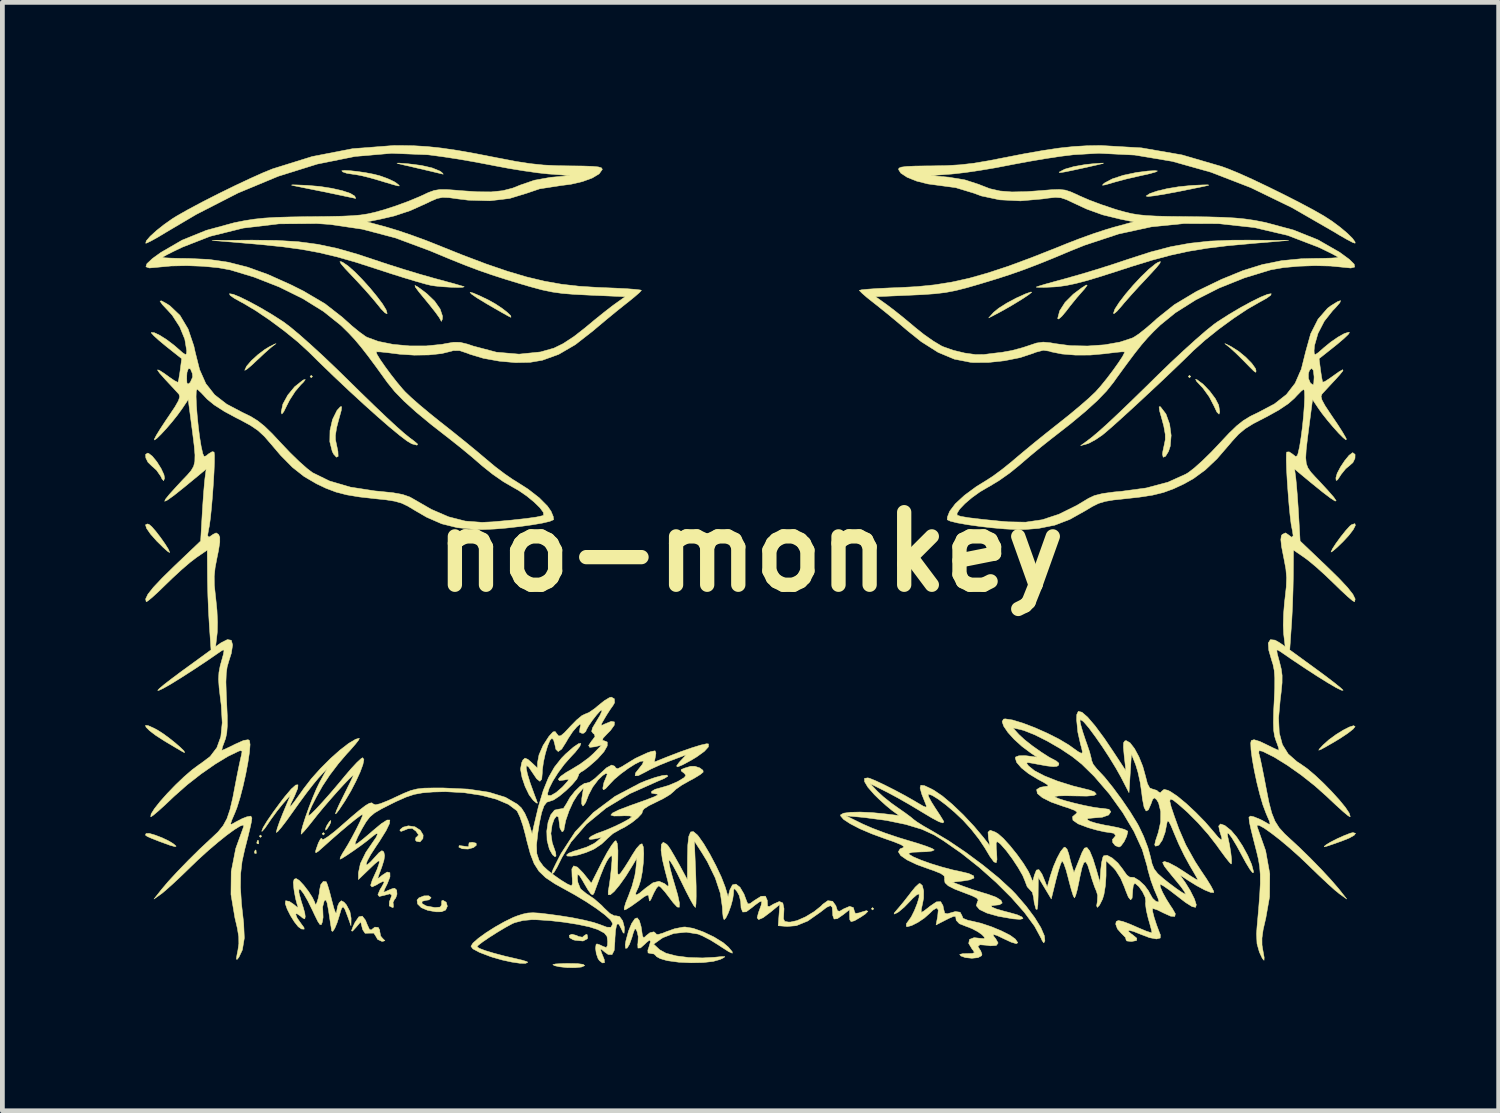
<source format=kicad_pcb>
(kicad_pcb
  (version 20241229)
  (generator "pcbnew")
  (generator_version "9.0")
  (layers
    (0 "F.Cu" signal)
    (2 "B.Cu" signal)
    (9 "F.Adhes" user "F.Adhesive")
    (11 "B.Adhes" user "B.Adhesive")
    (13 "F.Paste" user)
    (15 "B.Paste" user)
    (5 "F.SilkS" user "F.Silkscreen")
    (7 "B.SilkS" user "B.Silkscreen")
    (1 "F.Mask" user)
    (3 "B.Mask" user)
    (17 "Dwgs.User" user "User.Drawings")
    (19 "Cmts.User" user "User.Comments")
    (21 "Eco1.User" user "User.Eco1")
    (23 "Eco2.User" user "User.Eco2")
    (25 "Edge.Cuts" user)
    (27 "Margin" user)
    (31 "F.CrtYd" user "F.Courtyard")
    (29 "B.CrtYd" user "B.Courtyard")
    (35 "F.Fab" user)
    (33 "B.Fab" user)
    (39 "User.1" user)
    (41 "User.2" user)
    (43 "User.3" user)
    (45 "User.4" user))
  (footprint "no-monkey"
    (layer "F.Cu")
    (at 12.706 8.539)
    (property "Reference" "no-monkey" (at 0 0 0) (layer "F.SilkS") (effects (font (size 1.524 1.524) (thickness 0.3))))
    (attr through_hole)
    (fp_poly (pts (xy -10.262 5.969) (xy -10.287 5.994) (xy -10.312 5.969) (xy -10.287 5.944) (xy -10.262 5.969)) (stroke (width 0.01) (type solid)) (fill yes) (layer "F.SilkS"))
    (fp_poly (pts (xy -9.195 -3.683) (xy -9.22 -3.658) (xy -9.246 -3.683) (xy -9.22 -3.708) (xy -9.195 -3.683)) (stroke (width 0.01) (type solid)) (fill yes) (layer "F.SilkS"))
    (fp_poly (pts (xy -8.941 5.918) (xy -8.966 5.944) (xy -8.992 5.918) (xy -8.966 5.893) (xy -8.941 5.918)) (stroke (width 0.01) (type solid)) (fill yes) (layer "F.SilkS"))
    (fp_poly (pts (xy 2.591 7.493) (xy 2.565 7.518) (xy 2.54 7.493) (xy 2.565 7.468) (xy 2.591 7.493)) (stroke (width 0.01) (type solid)) (fill yes) (layer "F.SilkS"))
    (fp_poly (pts (xy 9.246 -3.683) (xy 9.22 -3.658) (xy 9.195 -3.683) (xy 9.22 -3.708) (xy 9.246 -3.683)) (stroke (width 0.01) (type solid)) (fill yes) (layer "F.SilkS"))
    (fp_poly (pts (xy -10.38 6.265) (xy -10.374 6.326) (xy -10.38 6.333) (xy -10.41 6.326) (xy -10.414 6.299) (xy -10.395 6.257) (xy -10.38 6.265)) (stroke (width 0.01) (type solid)) (fill yes) (layer "F.SilkS"))
    (fp_poly (pts (xy -10.329 6.062) (xy -10.323 6.122) (xy -10.329 6.13) (xy -10.36 6.123) (xy -10.363 6.096) (xy -10.345 6.054) (xy -10.329 6.062)) (stroke (width 0.01) (type solid)) (fill yes) (layer "F.SilkS"))
    (fp_poly (pts (xy -8.811 5.676) (xy -8.839 5.74) (xy -8.892 5.82) (xy -8.919 5.842) (xy -8.919 5.805) (xy -8.89 5.74) (xy -8.838 5.661) (xy -8.81 5.639) (xy -8.811 5.676)) (stroke (width 0.01) (type solid)) (fill yes) (layer "F.SilkS"))
    (fp_poly (pts (xy -3.634 8.644) (xy -3.51 8.66) (xy -3.48 8.686) (xy -3.48 8.687) (xy -3.547 8.716) (xy -3.681 8.73) (xy -3.848 8.728) (xy -4.013 8.71) (xy -4.115 8.687) (xy -4.148 8.665) (xy -4.089 8.651) (xy -3.933 8.643) (xy -3.845 8.641) (xy -3.634 8.644)) (stroke (width 0.01) (type solid)) (fill yes) (layer "F.SilkS"))
    (fp_poly (pts (xy -3.65 8.053) (xy -3.608 8.075) (xy -3.525 8.09) (xy -3.497 8.063) (xy -3.445 8.029) (xy -3.427 8.037) (xy -3.417 8.104) (xy -3.427 8.125) (xy -3.514 8.17) (xy -3.681 8.154) (xy -3.721 8.144) (xy -3.795 8.101) (xy -3.804 8.05) (xy -3.747 8.027) (xy -3.65 8.053)) (stroke (width 0.01) (type solid)) (fill yes) (layer "F.SilkS"))
    (fp_poly (pts (xy 5.906 -5.451) (xy 5.847 -5.404) (xy 5.735 -5.328) (xy 5.585 -5.235) (xy 5.415 -5.134) (xy 5.243 -5.038) (xy 5.156 -4.992) (xy 5.004 -4.914) (xy 5.105 -5.028) (xy 5.214 -5.117) (xy 5.383 -5.224) (xy 5.582 -5.33) (xy 5.776 -5.418) (xy 5.893 -5.459) (xy 5.906 -5.451)) (stroke (width 0.01) (type solid)) (fill yes) (layer "F.SilkS"))
    (fp_poly (pts (xy -12.636 -2.07) (xy -12.557 -2.009) (xy -12.461 -1.891) (xy -12.373 -1.75) (xy -12.313 -1.62) (xy -12.301 -1.546) (xy -12.321 -1.496) (xy -12.353 -1.531) (xy -12.38 -1.588) (xy -12.47 -1.717) (xy -12.571 -1.807) (xy -12.649 -1.883) (xy -12.694 -1.973) (xy -12.699 -2.047) (xy -12.657 -2.075) (xy -12.636 -2.07)) (stroke (width 0.01) (type solid)) (fill yes) (layer "F.SilkS"))
    (fp_poly (pts (xy -12.501 5.945) (xy -12.352 6.002) (xy -12.207 6.072) (xy -12.122 6.124) (xy -12.058 6.178) (xy -12.079 6.189) (xy -12.188 6.159) (xy -12.386 6.087) (xy -12.395 6.084) (xy -12.568 6.016) (xy -12.664 5.974) (xy -12.701 5.947) (xy -12.696 5.924) (xy -12.685 5.912) (xy -12.622 5.91) (xy -12.501 5.945)) (stroke (width 0.01) (type solid)) (fill yes) (layer "F.SilkS"))
    (fp_poly (pts (xy -9.385 -3.565) (xy -9.439 -3.511) (xy -9.558 -3.371) (xy -9.676 -3.188) (xy -9.728 -3.086) (xy -9.797 -2.946) (xy -9.837 -2.896) (xy -9.852 -2.932) (xy -9.852 -2.937) (xy -9.816 -3.105) (xy -9.714 -3.292) (xy -9.569 -3.468) (xy -9.403 -3.6) (xy -9.373 -3.617) (xy -9.345 -3.618) (xy -9.385 -3.565)) (stroke (width 0.01) (type solid)) (fill yes) (layer "F.SilkS"))
    (fp_poly (pts (xy 7.072 -5.598) (xy 7.017 -5.524) (xy 6.979 -5.481) (xy 6.855 -5.339) (xy 6.713 -5.164) (xy 6.636 -5.063) (xy 6.539 -4.947) (xy 6.473 -4.89) (xy 6.452 -4.901) (xy 6.494 -5.062) (xy 6.608 -5.24) (xy 6.775 -5.407) (xy 6.793 -5.422) (xy 6.959 -5.546) (xy 7.053 -5.605) (xy 7.072 -5.598)) (stroke (width 0.01) (type solid)) (fill yes) (layer "F.SilkS"))
    (fp_poly (pts (xy 7.398 -8.155) (xy 7.299 -8.131) (xy 7.264 -8.123) (xy 6.956 -8.054) (xy 6.734 -8.006) (xy 6.589 -7.977) (xy 6.509 -7.965) (xy 6.483 -7.969) (xy 6.488 -7.977) (xy 6.602 -8.037) (xy 6.791 -8.091) (xy 7.027 -8.133) (xy 7.176 -8.149) (xy 7.343 -8.162) (xy 7.415 -8.164) (xy 7.398 -8.155)) (stroke (width 0.01) (type solid)) (fill yes) (layer "F.SilkS"))
    (fp_poly (pts (xy 9.378 -3.616) (xy 9.506 -3.521) (xy 9.643 -3.378) (xy 9.761 -3.221) (xy 9.831 -3.086) (xy 9.834 -3.075) (xy 9.856 -2.939) (xy 9.84 -2.893) (xy 9.795 -2.937) (xy 9.733 -3.068) (xy 9.636 -3.255) (xy 9.504 -3.438) (xy 9.456 -3.489) (xy 9.369 -3.583) (xy 9.348 -3.624) (xy 9.378 -3.616)) (stroke (width 0.01) (type solid)) (fill yes) (layer "F.SilkS"))
    (fp_poly (pts (xy 12.703 -0.556) (xy 12.658 -0.468) (xy 12.564 -0.345) (xy 12.446 -0.218) (xy 12.322 -0.098) (xy 12.232 -0.02) (xy 12.192 0.003) (xy 12.192 0.002) (xy 12.222 -0.065) (xy 12.297 -0.181) (xy 12.397 -0.318) (xy 12.5 -0.447) (xy 12.586 -0.542) (xy 12.622 -0.571) (xy 12.693 -0.594) (xy 12.703 -0.556)) (stroke (width 0.01) (type solid)) (fill yes) (layer "F.SilkS"))
    (fp_poly (pts (xy 12.707 5.909) (xy 12.677 5.95) (xy 12.576 6.007) (xy 12.433 6.065) (xy 12.23 6.137) (xy 12.107 6.178) (xy 12.052 6.192) (xy 12.05 6.182) (xy 12.086 6.152) (xy 12.09 6.149) (xy 12.184 6.092) (xy 12.323 6.021) (xy 12.473 5.954) (xy 12.597 5.906) (xy 12.653 5.893) (xy 12.707 5.909)) (stroke (width 0.01) (type solid)) (fill yes) (layer "F.SilkS"))
    (fp_poly (pts (xy -12.627 -0.578) (xy -12.57 -0.53) (xy -12.483 -0.43) (xy -12.384 -0.301) (xy -12.291 -0.169) (xy -12.222 -0.059) (xy -12.194 0.006) (xy -12.196 0.013) (xy -12.239 -0.014) (xy -12.332 -0.097) (xy -12.455 -0.219) (xy -12.459 -0.222) (xy -12.595 -0.375) (xy -12.678 -0.495) (xy -12.701 -0.569) (xy -12.66 -0.588) (xy -12.627 -0.578)) (stroke (width 0.01) (type solid)) (fill yes) (layer "F.SilkS"))
    (fp_poly (pts (xy -9.982 -4.358) (xy -10.069 -4.291) (xy -10.199 -4.176) (xy -10.346 -4.038) (xy -10.351 -4.034) (xy -10.478 -3.915) (xy -10.573 -3.836) (xy -10.616 -3.813) (xy -10.617 -3.816) (xy -10.579 -3.898) (xy -10.48 -4.014) (xy -10.343 -4.139) (xy -10.194 -4.252) (xy -10.102 -4.307) (xy -9.997 -4.36) (xy -9.96 -4.374) (xy -9.982 -4.358)) (stroke (width 0.01) (type solid)) (fill yes) (layer "F.SilkS"))
    (fp_poly (pts (xy -6.982 -5.563) (xy -6.851 -5.467) (xy -6.793 -5.422) (xy -6.63 -5.266) (xy -6.515 -5.101) (xy -6.464 -4.95) (xy -6.468 -4.886) (xy -6.489 -4.84) (xy -6.497 -4.856) (xy -6.53 -4.917) (xy -6.615 -5.035) (xy -6.737 -5.189) (xy -6.813 -5.282) (xy -6.958 -5.458) (xy -7.035 -5.562) (xy -7.043 -5.596) (xy -6.982 -5.563)) (stroke (width 0.01) (type solid)) (fill yes) (layer "F.SilkS"))
    (fp_poly (pts (xy -5.823 -5.437) (xy -5.674 -5.373) (xy -5.486 -5.282) (xy -5.35 -5.205) (xy -5.216 -5.116) (xy -5.104 -5.029) (xy -5.034 -4.962) (xy -5.026 -4.929) (xy -5.034 -4.928) (xy -5.083 -4.952) (xy -5.202 -5.018) (xy -5.37 -5.114) (xy -5.537 -5.211) (xy -5.744 -5.337) (xy -5.859 -5.417) (xy -5.886 -5.451) (xy -5.823 -5.437)) (stroke (width 0.01) (type solid)) (fill yes) (layer "F.SilkS"))
    (fp_poly (pts (xy -5.759 6.115) (xy -5.755 6.16) (xy -5.814 6.208) (xy -5.925 6.238) (xy -5.93 6.239) (xy -6.05 6.233) (xy -6.121 6.199) (xy -6.121 6.198) (xy -6.114 6.165) (xy -6.019 6.177) (xy -6.016 6.178) (xy -5.921 6.191) (xy -5.91 6.16) (xy -5.914 6.154) (xy -5.906 6.107) (xy -5.841 6.096) (xy -5.759 6.115)) (stroke (width 0.01) (type solid)) (fill yes) (layer "F.SilkS"))
    (fp_poly (pts (xy 12.697 -2.047) (xy 12.695 -1.966) (xy 12.652 -1.877) (xy 12.596 -1.827) (xy 12.499 -1.746) (xy 12.401 -1.624) (xy 12.393 -1.61) (xy 12.329 -1.513) (xy 12.3 -1.5) (xy 12.294 -1.554) (xy 12.321 -1.65) (xy 12.39 -1.781) (xy 12.48 -1.917) (xy 12.57 -2.027) (xy 12.64 -2.081) (xy 12.65 -2.083) (xy 12.697 -2.047)) (stroke (width 0.01) (type solid)) (fill yes) (layer "F.SilkS"))
    (fp_poly (pts (xy 12.698 3.667) (xy 12.655 3.72) (xy 12.543 3.808) (xy 12.382 3.915) (xy 12.28 3.977) (xy 12.09 4.087) (xy 11.978 4.148) (xy 11.934 4.163) (xy 11.949 4.136) (xy 12.012 4.068) (xy 12.026 4.053) (xy 12.148 3.944) (xy 12.294 3.837) (xy 12.444 3.744) (xy 12.575 3.677) (xy 12.666 3.648) (xy 12.698 3.667)) (stroke (width 0.01) (type solid)) (fill yes) (layer "F.SilkS"))
    (fp_poly (pts (xy -7.226 -8.153) (xy -7.176 -8.149) (xy -6.908 -8.115) (xy -6.682 -8.063) (xy -6.522 -7.998) (xy -6.48 -7.969) (xy -6.449 -7.933) (xy -6.454 -7.932) (xy -6.512 -7.946) (xy -6.638 -7.976) (xy -6.756 -8.004) (xy -6.966 -8.053) (xy -7.178 -8.103) (xy -7.264 -8.122) (xy -7.382 -8.15) (xy -7.42 -8.163) (xy -7.37 -8.164) (xy -7.226 -8.153)) (stroke (width 0.01) (type solid)) (fill yes) (layer "F.SilkS"))
    (fp_poly (pts (xy 8.548 -7.999) (xy 8.502 -7.975) (xy 8.358 -7.936) (xy 8.118 -7.883) (xy 8.103 -7.879) (xy 7.89 -7.83) (xy 7.662 -7.769) (xy 7.595 -7.749) (xy 7.452 -7.708) (xy 7.394 -7.699) (xy 7.405 -7.72) (xy 7.441 -7.749) (xy 7.6 -7.833) (xy 7.831 -7.909) (xy 8.105 -7.967) (xy 8.345 -7.998) (xy 8.496 -8.006) (xy 8.548 -7.999)) (stroke (width 0.01) (type solid)) (fill yes) (layer "F.SilkS"))
    (fp_poly (pts (xy 9.626 -7.702) (xy 9.568 -7.686) (xy 9.474 -7.666) (xy 9.046 -7.579) (xy 8.716 -7.516) (xy 8.482 -7.478) (xy 8.347 -7.463) (xy 8.309 -7.473) (xy 8.309 -7.473) (xy 8.387 -7.525) (xy 8.542 -7.578) (xy 8.752 -7.628) (xy 8.993 -7.668) (xy 9.241 -7.693) (xy 9.296 -7.697) (xy 9.498 -7.706) (xy 9.605 -7.708) (xy 9.626 -7.702)) (stroke (width 0.01) (type solid)) (fill yes) (layer "F.SilkS"))
    (fp_poly (pts (xy 10.021 -4.349) (xy 10.102 -4.307) (xy 10.253 -4.211) (xy 10.402 -4.088) (xy 10.527 -3.961) (xy 10.604 -3.853) (xy 10.617 -3.808) (xy 10.616 -3.779) (xy 10.604 -3.773) (xy 10.566 -3.803) (xy 10.487 -3.881) (xy 10.353 -4.018) (xy 10.338 -4.033) (xy 10.196 -4.173) (xy 10.068 -4.29) (xy 9.982 -4.358) (xy 9.963 -4.375) (xy 10.021 -4.349)) (stroke (width 0.01) (type solid)) (fill yes) (layer "F.SilkS"))
    (fp_poly (pts (xy -12.645 3.647) (xy -12.517 3.704) (xy -12.444 3.744) (xy -12.334 3.814) (xy -12.204 3.909) (xy -12.076 4.011) (xy -11.966 4.107) (xy -11.894 4.178) (xy -11.879 4.211) (xy -11.89 4.211) (xy -11.941 4.184) (xy -12.057 4.116) (xy -12.219 4.02) (xy -12.304 3.969) (xy -12.486 3.852) (xy -12.616 3.753) (xy -12.689 3.68) (xy -12.701 3.642) (xy -12.645 3.647)) (stroke (width 0.01) (type solid)) (fill yes) (layer "F.SilkS"))
    (fp_poly (pts (xy -8.591 -2.969) (xy -8.637 -2.802) (xy -8.64 -2.792) (xy -8.688 -2.609) (xy -8.713 -2.447) (xy -8.712 -2.358) (xy -8.68 -2.205) (xy -8.66 -2.108) (xy -8.656 -2.006) (xy -8.692 -1.989) (xy -8.751 -2.054) (xy -8.78 -2.111) (xy -8.831 -2.314) (xy -8.827 -2.55) (xy -8.774 -2.781) (xy -8.68 -2.971) (xy -8.61 -3.048) (xy -8.582 -3.049) (xy -8.591 -2.969)) (stroke (width 0.01) (type solid)) (fill yes) (layer "F.SilkS"))
    (fp_poly (pts (xy 8.61 -3.048) (xy 8.726 -2.896) (xy 8.803 -2.684) (xy 8.835 -2.446) (xy 8.816 -2.22) (xy 8.78 -2.111) (xy 8.717 -2.008) (xy 8.668 -1.988) (xy 8.653 -2.052) (xy 8.66 -2.108) (xy 8.693 -2.263) (xy 8.712 -2.358) (xy 8.711 -2.471) (xy 8.681 -2.639) (xy 8.64 -2.792) (xy 8.592 -2.963) (xy 8.582 -3.047) (xy 8.608 -3.05) (xy 8.61 -3.048)) (stroke (width 0.01) (type solid)) (fill yes) (layer "F.SilkS"))
    (fp_poly (pts (xy -7.044 5.771) (xy -6.931 5.844) (xy -6.871 5.944) (xy -6.876 6.018) (xy -6.937 6.089) (xy -7.011 6.076) (xy -7.033 6.05) (xy -7.022 5.994) (xy -6.998 5.979) (xy -6.968 5.941) (xy -7.019 5.867) (xy -7.021 5.864) (xy -7.101 5.804) (xy -7.192 5.813) (xy -7.242 5.834) (xy -7.334 5.869) (xy -7.359 5.851) (xy -7.354 5.83) (xy -7.293 5.78) (xy -7.182 5.751) (xy -7.044 5.771)) (stroke (width 0.01) (type solid)) (fill yes) (layer "F.SilkS"))
    (fp_poly (pts (xy 8.598 -6.06) (xy 8.52 -5.964) (xy 8.373 -5.804) (xy 8.331 -5.759) (xy 8.154 -5.57) (xy 7.985 -5.384) (xy 7.847 -5.227) (xy 7.788 -5.156) (xy 7.697 -5.053) (xy 7.637 -5.004) (xy 7.623 -5.009) (xy 7.654 -5.099) (xy 7.745 -5.24) (xy 7.877 -5.412) (xy 8.035 -5.597) (xy 8.203 -5.777) (xy 8.364 -5.933) (xy 8.503 -6.046) (xy 8.56 -6.081) (xy 8.61 -6.097) (xy 8.598 -6.06)) (stroke (width 0.01) (type solid)) (fill yes) (layer "F.SilkS"))
    (fp_poly (pts (xy -9.501 -7.705) (xy -9.296 -7.696) (xy -9.039 -7.674) (xy -8.789 -7.635) (xy -8.569 -7.585) (xy -8.401 -7.529) (xy -8.31 -7.473) (xy -8.305 -7.466) (xy -8.287 -7.423) (xy -8.29 -7.422) (xy -8.343 -7.434) (xy -8.473 -7.461) (xy -8.654 -7.499) (xy -8.738 -7.517) (xy -8.979 -7.567) (xy -9.223 -7.616) (xy -9.423 -7.656) (xy -9.449 -7.662) (xy -9.579 -7.688) (xy -9.636 -7.703) (xy -9.612 -7.708) (xy -9.501 -7.705)) (stroke (width 0.01) (type solid)) (fill yes) (layer "F.SilkS"))
    (fp_poly (pts (xy -8.584 -6.092) (xy -8.555 -6.078) (xy -8.444 -6.002) (xy -8.303 -5.877) (xy -8.147 -5.718) (xy -7.989 -5.543) (xy -7.844 -5.367) (xy -7.725 -5.209) (xy -7.649 -5.084) (xy -7.627 -5.009) (xy -7.632 -5.001) (xy -7.674 -5.022) (xy -7.756 -5.106) (xy -7.825 -5.192) (xy -7.936 -5.326) (xy -8.092 -5.504) (xy -8.267 -5.694) (xy -8.352 -5.784) (xy -8.508 -5.949) (xy -8.595 -6.05) (xy -8.619 -6.096) (xy -8.584 -6.092)) (stroke (width 0.01) (type solid)) (fill yes) (layer "F.SilkS"))
    (fp_poly (pts (xy -8.405 -8.005) (xy -8.25 -7.988) (xy -8.079 -7.963) (xy -7.912 -7.931) (xy -7.785 -7.899) (xy -7.62 -7.84) (xy -7.482 -7.776) (xy -7.441 -7.75) (xy -7.386 -7.707) (xy -7.37 -7.685) (xy -7.405 -7.687) (xy -7.506 -7.714) (xy -7.684 -7.767) (xy -7.795 -7.801) (xy -8 -7.86) (xy -8.183 -7.904) (xy -8.31 -7.927) (xy -8.328 -7.928) (xy -8.473 -7.95) (xy -8.56 -7.98) (xy -8.58 -8.003) (xy -8.522 -8.011) (xy -8.405 -8.005)) (stroke (width 0.01) (type solid)) (fill yes) (layer "F.SilkS"))
    (fp_poly (pts (xy -1.733 4.709) (xy -1.809 4.757) (xy -1.956 4.819) (xy -2.534 5.077) (xy -3.031 5.378) (xy -3.443 5.717) (xy -3.765 6.09) (xy -3.959 6.419) (xy -4.059 6.621) (xy -4.125 6.732) (xy -4.159 6.756) (xy -4.166 6.726) (xy -4.144 6.669) (xy -4.085 6.547) (xy -4.001 6.382) (xy -3.976 6.334) (xy -3.678 5.876) (xy -3.299 5.474) (xy -2.842 5.132) (xy -2.315 4.854) (xy -2.182 4.799) (xy -2.001 4.736) (xy -1.846 4.695) (xy -1.753 4.686) (xy -1.733 4.709)) (stroke (width 0.01) (type solid)) (fill yes) (layer "F.SilkS"))
    (fp_poly (pts (xy -6.706 7.256) (xy -6.706 7.264) (xy -6.748 7.306) (xy -6.807 7.315) (xy -6.894 7.336) (xy -6.896 7.382) (xy -6.814 7.43) (xy -6.795 7.436) (xy -6.623 7.467) (xy -6.513 7.457) (xy -6.48 7.407) (xy -6.484 7.391) (xy -6.481 7.326) (xy -6.455 7.315) (xy -6.387 7.355) (xy -6.363 7.439) (xy -6.397 7.516) (xy -6.406 7.523) (xy -6.488 7.556) (xy -6.6 7.557) (xy -6.774 7.526) (xy -6.776 7.525) (xy -6.908 7.471) (xy -6.988 7.392) (xy -6.999 7.31) (xy -6.96 7.264) (xy -6.854 7.222) (xy -6.756 7.22) (xy -6.706 7.256)) (stroke (width 0.01) (type solid)) (fill yes) (layer "F.SilkS"))
    (fp_poly (pts (xy -8.082 7.733) (xy -8.047 7.822) (xy -8 7.923) (xy -7.961 7.94) (xy -7.955 7.932) (xy -7.885 7.878) (xy -7.813 7.885) (xy -7.781 7.945) (xy -7.783 7.963) (xy -7.763 8.066) (xy -7.723 8.114) (xy -7.674 8.162) (xy -7.715 8.176) (xy -7.739 8.177) (xy -7.827 8.136) (xy -7.859 8.078) (xy -7.907 8.004) (xy -8 8.005) (xy -8.09 8.007) (xy -8.138 7.936) (xy -8.149 7.9) (xy -8.182 7.766) (xy -8.281 7.883) (xy -8.355 7.963) (xy -8.376 7.956) (xy -8.342 7.864) (xy -8.301 7.778) (xy -8.222 7.662) (xy -8.149 7.647) (xy -8.082 7.733)) (stroke (width 0.01) (type solid)) (fill yes) (layer "F.SilkS"))
    (fp_poly (pts (xy 11.303 -6.541) (xy 10.506 -6.474) (xy 10.009 -6.428) (xy 9.583 -6.376) (xy 9.198 -6.312) (xy 8.825 -6.231) (xy 8.431 -6.125) (xy 7.989 -5.989) (xy 7.762 -5.915) (xy 7.379 -5.792) (xy 7.075 -5.7) (xy 6.831 -5.636) (xy 6.63 -5.594) (xy 6.456 -5.57) (xy 6.372 -5.564) (xy 6.191 -5.556) (xy 6.06 -5.555) (xy 6.002 -5.56) (xy 6.002 -5.562) (xy 6.055 -5.581) (xy 6.187 -5.621) (xy 6.378 -5.674) (xy 6.609 -5.737) (xy 6.619 -5.74) (xy 6.902 -5.82) (xy 7.24 -5.921) (xy 7.592 -6.032) (xy 7.916 -6.14) (xy 7.94 -6.148) (xy 8.405 -6.298) (xy 8.825 -6.408) (xy 9.23 -6.482) (xy 9.652 -6.527) (xy 10.123 -6.546) (xy 10.465 -6.547) (xy 11.303 -6.541)) (stroke (width 0.01) (type solid)) (fill yes) (layer "F.SilkS"))
    (fp_poly (pts (xy -9.946 -6.541) (xy -9.496 -6.514) (xy -9.084 -6.459) (xy -8.677 -6.373) (xy -8.244 -6.249) (xy -7.94 -6.148) (xy -7.619 -6.041) (xy -7.268 -5.93) (xy -6.927 -5.827) (xy -6.638 -5.745) (xy -6.619 -5.74) (xy -6.388 -5.677) (xy -6.197 -5.625) (xy -6.064 -5.586) (xy -6.009 -5.569) (xy -6.009 -5.568) (xy -6.039 -5.557) (xy -6.142 -5.554) (xy -6.291 -5.558) (xy -6.457 -5.568) (xy -6.612 -5.583) (xy -6.703 -5.596) (xy -6.823 -5.625) (xy -7.019 -5.681) (xy -7.272 -5.757) (xy -7.561 -5.848) (xy -7.846 -5.941) (xy -8.292 -6.085) (xy -8.686 -6.197) (xy -9.056 -6.285) (xy -9.431 -6.354) (xy -9.84 -6.409) (xy -10.311 -6.457) (xy -10.506 -6.474) (xy -11.303 -6.541) (xy -10.465 -6.547) (xy -9.946 -6.541)) (stroke (width 0.01) (type solid)) (fill yes) (layer "F.SilkS"))
    (fp_poly (pts (xy -10.858 -5.409) (xy -10.712 -5.349) (xy -10.516 -5.252) (xy -10.287 -5.127) (xy -10.043 -4.983) (xy -9.809 -4.833) (xy -9.67 -4.729) (xy -9.475 -4.567) (xy -9.24 -4.359) (xy -8.979 -4.12) (xy -8.709 -3.863) (xy -8.56 -3.718) (xy -8.192 -3.357) (xy -7.888 -3.062) (xy -7.639 -2.825) (xy -7.438 -2.639) (xy -7.278 -2.497) (xy -7.15 -2.393) (xy -7.06 -2.327) (xy -6.986 -2.263) (xy -7.001 -2.242) (xy -7.102 -2.268) (xy -7.112 -2.272) (xy -7.21 -2.33) (xy -7.369 -2.451) (xy -7.581 -2.626) (xy -7.834 -2.846) (xy -8.118 -3.101) (xy -8.425 -3.383) (xy -8.743 -3.683) (xy -9.062 -3.991) (xy -9.268 -4.195) (xy -9.501 -4.409) (xy -9.787 -4.641) (xy -10.094 -4.869) (xy -10.393 -5.071) (xy -10.656 -5.227) (xy -10.691 -5.245) (xy -10.835 -5.325) (xy -10.923 -5.387) (xy -10.938 -5.421) (xy -10.936 -5.422) (xy -10.858 -5.409)) (stroke (width 0.01) (type solid)) (fill yes) (layer "F.SilkS"))
    (fp_poly (pts (xy 10.927 -5.391) (xy 10.843 -5.329) (xy 10.703 -5.251) (xy 10.691 -5.245) (xy 10.437 -5.099) (xy 10.141 -4.902) (xy 9.833 -4.677) (xy 9.543 -4.444) (xy 9.299 -4.226) (xy 9.268 -4.195) (xy 9.086 -4.017) (xy 8.865 -3.805) (xy 8.619 -3.571) (xy 8.361 -3.33) (xy 8.106 -3.093) (xy 7.867 -2.874) (xy 7.659 -2.686) (xy 7.496 -2.543) (xy 7.392 -2.456) (xy 7.391 -2.455) (xy 7.245 -2.356) (xy 7.109 -2.283) (xy 7.061 -2.266) (xy 6.934 -2.232) (xy 7.06 -2.323) (xy 7.174 -2.41) (xy 7.315 -2.529) (xy 7.49 -2.686) (xy 7.707 -2.889) (xy 7.973 -3.144) (xy 8.298 -3.46) (xy 8.56 -3.718) (xy 8.83 -3.979) (xy 9.098 -4.229) (xy 9.349 -4.456) (xy 9.568 -4.646) (xy 9.74 -4.784) (xy 9.809 -4.833) (xy 10.051 -4.988) (xy 10.295 -5.132) (xy 10.523 -5.256) (xy 10.718 -5.352) (xy 10.862 -5.41) (xy 10.936 -5.422) (xy 10.927 -5.391)) (stroke (width 0.01) (type solid)) (fill yes) (layer "F.SilkS"))
    (fp_poly (pts (xy -2.331 7.742) (xy -2.295 7.866) (xy -2.286 7.924) (xy -2.267 8.056) (xy -2.243 8.102) (xy -2.205 8.077) (xy -2.191 8.06) (xy -2.108 7.995) (xy -2.026 7.977) (xy -1.982 8.013) (xy -1.981 8.024) (xy -1.94 8.034) (xy -1.837 8.004) (xy -1.765 7.974) (xy -1.59 7.912) (xy -1.416 7.878) (xy -1.372 7.875) (xy -1.202 7.903) (xy -0.988 7.979) (xy -0.767 8.084) (xy -0.573 8.203) (xy -0.461 8.299) (xy -0.382 8.394) (xy -0.38 8.426) (xy -0.455 8.393) (xy -0.608 8.295) (xy -0.662 8.259) (xy -0.835 8.151) (xy -1.008 8.061) (xy -1.098 8.024) (xy -1.348 7.984) (xy -1.608 8.011) (xy -1.836 8.099) (xy -1.874 8.124) (xy -2.031 8.236) (xy -1.905 8.353) (xy -1.77 8.427) (xy -1.558 8.482) (xy -1.295 8.516) (xy -1.003 8.525) (xy -0.751 8.511) (xy -0.599 8.496) (xy -0.537 8.497) (xy -0.555 8.517) (xy -0.635 8.557) (xy -0.781 8.598) (xy -0.995 8.622) (xy -1.246 8.627) (xy -1.503 8.615) (xy -1.733 8.584) (xy -1.765 8.577) (xy -1.896 8.538) (xy -1.973 8.495) (xy -1.981 8.481) (xy -2.024 8.442) (xy -2.082 8.433) (xy -2.149 8.42) (xy -2.153 8.363) (xy -2.131 8.299) (xy -2.097 8.181) (xy -2.116 8.149) (xy -2.186 8.204) (xy -2.21 8.229) (xy -2.307 8.315) (xy -2.361 8.318) (xy -2.365 8.237) (xy -2.361 8.216) (xy -2.355 8.075) (xy -2.376 7.979) (xy -2.405 7.916) (xy -2.43 7.922) (xy -2.462 8.008) (xy -2.487 8.095) (xy -2.539 8.239) (xy -2.588 8.318) (xy -2.621 8.323) (xy -2.628 8.249) (xy -2.614 8.166) (xy -2.559 7.962) (xy -2.493 7.801) (xy -2.426 7.703) (xy -2.376 7.683) (xy -2.331 7.742)) (stroke (width 0.01) (type solid)) (fill yes) (layer "F.SilkS"))
    (fp_poly (pts (xy -1.063 4.535) (xy -0.996 4.585) (xy -0.991 4.623) (xy -1.051 4.673) (xy -1.173 4.748) (xy -1.286 4.809) (xy -1.442 4.897) (xy -1.563 4.982) (xy -1.61 5.028) (xy -1.686 5.093) (xy -1.825 5.177) (xy -1.979 5.253) (xy -2.131 5.328) (xy -2.232 5.393) (xy -2.262 5.434) (xy -2.261 5.434) (xy -2.279 5.492) (xy -2.362 5.581) (xy -2.488 5.682) (xy -2.632 5.775) (xy -2.739 5.829) (xy -2.887 5.914) (xy -3.006 6.02) (xy -3.011 6.026) (xy -3.122 6.131) (xy -3.27 6.231) (xy -3.296 6.246) (xy -3.452 6.312) (xy -3.613 6.362) (xy -3.752 6.388) (xy -3.842 6.386) (xy -3.861 6.365) (xy -3.816 6.327) (xy -3.701 6.281) (xy -3.607 6.253) (xy -3.434 6.196) (xy -3.286 6.124) (xy -3.238 6.09) (xy -3.124 5.993) (xy -3.271 6.026) (xy -3.371 6.038) (xy -3.391 6.014) (xy -3.341 5.969) (xy -3.232 5.915) (xy -3.162 5.89) (xy -3.013 5.834) (xy -2.845 5.761) (xy -2.686 5.684) (xy -2.559 5.614) (xy -2.493 5.566) (xy -2.489 5.558) (xy -2.534 5.543) (xy -2.648 5.54) (xy -2.705 5.543) (xy -2.866 5.545) (xy -2.93 5.525) (xy -2.896 5.483) (xy -2.765 5.418) (xy -2.535 5.33) (xy -2.468 5.306) (xy -2.212 5.215) (xy -2.044 5.151) (xy -1.955 5.11) (xy -1.939 5.088) (xy -1.986 5.08) (xy -1.998 5.08) (xy -2.077 5.064) (xy -2.074 5.028) (xy -2.002 4.985) (xy -1.892 4.954) (xy -1.72 4.904) (xy -1.538 4.827) (xy -1.508 4.811) (xy -1.392 4.74) (xy -1.355 4.694) (xy -1.384 4.652) (xy -1.402 4.638) (xy -1.453 4.598) (xy -1.453 4.57) (xy -1.385 4.541) (xy -1.257 4.502) (xy -1.163 4.502) (xy -1.063 4.535)) (stroke (width 0.01) (type solid)) (fill yes) (layer "F.SilkS"))
    (fp_poly (pts (xy -9.473 6.897) (xy -9.38 6.996) (xy -9.28 7.126) (xy -9.195 7.258) (xy -9.145 7.363) (xy -9.14 7.387) (xy -9.127 7.41) (xy -9.101 7.361) (xy -9.073 7.27) (xy -9.052 7.165) (xy -9.046 7.102) (xy -9.022 6.987) (xy -8.969 6.919) (xy -8.908 6.924) (xy -8.905 6.927) (xy -8.88 6.988) (xy -8.84 7.12) (xy -8.794 7.298) (xy -8.787 7.326) (xy -8.745 7.483) (xy -8.712 7.574) (xy -8.693 7.584) (xy -8.691 7.569) (xy -8.667 7.439) (xy -8.634 7.366) (xy -8.589 7.324) (xy -8.533 7.354) (xy -8.483 7.41) (xy -8.409 7.55) (xy -8.384 7.689) (xy -8.386 7.849) (xy -8.456 7.654) (xy -8.513 7.504) (xy -8.553 7.449) (xy -8.586 7.488) (xy -8.626 7.619) (xy -8.629 7.631) (xy -8.677 7.785) (xy -8.727 7.904) (xy -8.769 7.968) (xy -8.793 7.956) (xy -8.793 7.95) (xy -8.808 7.851) (xy -8.809 7.849) (xy -8.821 7.773) (xy -8.842 7.633) (xy -8.859 7.523) (xy -8.887 7.37) (xy -8.913 7.308) (xy -8.943 7.322) (xy -8.951 7.336) (xy -8.982 7.457) (xy -8.977 7.535) (xy -8.972 7.672) (xy -8.988 7.772) (xy -9.009 7.826) (xy -9.037 7.825) (xy -9.082 7.759) (xy -9.153 7.615) (xy -9.192 7.531) (xy -9.293 7.326) (xy -9.379 7.177) (xy -9.443 7.092) (xy -9.479 7.079) (xy -9.48 7.147) (xy -9.47 7.192) (xy -9.428 7.345) (xy -9.391 7.458) (xy -9.356 7.584) (xy -9.347 7.657) (xy -9.357 7.706) (xy -9.403 7.685) (xy -9.449 7.645) (xy -9.525 7.593) (xy -9.547 7.611) (xy -9.516 7.687) (xy -9.441 7.796) (xy -9.373 7.888) (xy -9.369 7.921) (xy -9.424 7.917) (xy -9.426 7.917) (xy -9.493 7.87) (xy -9.575 7.767) (xy -9.658 7.634) (xy -9.726 7.499) (xy -9.765 7.388) (xy -9.76 7.327) (xy -9.754 7.324) (xy -9.678 7.34) (xy -9.59 7.399) (xy -9.515 7.461) (xy -9.499 7.455) (xy -9.519 7.394) (xy -9.549 7.281) (xy -9.578 7.123) (xy -9.585 7.076) (xy -9.597 6.936) (xy -9.579 6.872) (xy -9.537 6.858) (xy -9.473 6.897)) (stroke (width 0.01) (type solid)) (fill yes) (layer "F.SilkS"))
    (fp_poly (pts (xy -8.223 3.946) (xy -8.293 4.036) (xy -8.407 4.167) (xy -8.475 4.24) (xy -8.651 4.446) (xy -8.831 4.683) (xy -8.976 4.902) (xy -8.988 4.921) (xy -9.116 5.149) (xy -9.211 5.336) (xy -9.267 5.468) (xy -9.278 5.533) (xy -9.272 5.537) (xy -9.221 5.5) (xy -9.119 5.399) (xy -8.979 5.247) (xy -8.813 5.06) (xy -8.635 4.851) (xy -8.523 4.715) (xy -8.381 4.549) (xy -8.258 4.417) (xy -8.17 4.337) (xy -8.141 4.321) (xy -8.115 4.359) (xy -8.136 4.465) (xy -8.194 4.622) (xy -8.282 4.814) (xy -8.39 5.022) (xy -8.513 5.229) (xy -8.639 5.418) (xy -8.692 5.487) (xy -8.713 5.5) (xy -8.693 5.436) (xy -8.635 5.306) (xy -8.574 5.182) (xy -8.478 4.989) (xy -8.399 4.829) (xy -8.349 4.724) (xy -8.337 4.699) (xy -8.354 4.7) (xy -8.423 4.764) (xy -8.532 4.877) (xy -8.667 5.024) (xy -8.815 5.192) (xy -8.963 5.364) (xy -9.099 5.529) (xy -9.154 5.599) (xy -9.275 5.751) (xy -9.371 5.865) (xy -9.426 5.922) (xy -9.433 5.926) (xy -9.43 5.867) (xy -9.396 5.738) (xy -9.339 5.56) (xy -9.267 5.359) (xy -9.188 5.155) (xy -9.111 4.973) (xy -9.047 4.841) (xy -8.886 4.547) (xy -9.072 4.75) (xy -9.176 4.875) (xy -9.318 5.058) (xy -9.476 5.273) (xy -9.607 5.457) (xy -9.74 5.643) (xy -9.85 5.786) (xy -9.925 5.873) (xy -9.955 5.89) (xy -9.955 5.888) (xy -9.936 5.809) (xy -9.886 5.665) (xy -9.816 5.487) (xy -9.805 5.461) (xy -9.656 5.105) (xy -9.812 5.283) (xy -9.938 5.439) (xy -10.07 5.62) (xy -10.115 5.687) (xy -10.195 5.803) (xy -10.249 5.864) (xy -10.261 5.865) (xy -10.231 5.788) (xy -10.146 5.648) (xy -10.017 5.461) (xy -9.855 5.241) (xy -9.779 5.142) (xy -9.64 4.978) (xy -9.545 4.894) (xy -9.499 4.89) (xy -9.505 4.965) (xy -9.569 5.12) (xy -9.58 5.144) (xy -9.647 5.281) (xy -9.67 5.346) (xy -9.648 5.335) (xy -9.577 5.247) (xy -9.454 5.077) (xy -9.378 4.969) (xy -9.216 4.759) (xy -9.024 4.545) (xy -8.82 4.341) (xy -8.618 4.161) (xy -8.435 4.02) (xy -8.288 3.933) (xy -8.211 3.912) (xy -8.223 3.946)) (stroke (width 0.01) (type solid)) (fill yes) (layer "F.SilkS"))
    (fp_poly (pts (xy -0.879 4.032) (xy -0.881 4.093) (xy -0.966 4.187) (xy -1.125 4.302) (xy -1.242 4.373) (xy -1.426 4.472) (xy -1.528 4.513) (xy -1.55 4.495) (xy -1.495 4.418) (xy -1.469 4.39) (xy -1.346 4.259) (xy -1.697 4.391) (xy -1.9 4.473) (xy -2.089 4.559) (xy -2.22 4.629) (xy -2.354 4.697) (xy -2.42 4.7) (xy -2.412 4.642) (xy -2.337 4.547) (xy -2.265 4.455) (xy -2.244 4.395) (xy -2.246 4.391) (xy -2.307 4.397) (xy -2.42 4.453) (xy -2.565 4.545) (xy -2.718 4.657) (xy -2.856 4.773) (xy -2.946 4.867) (xy -3.041 4.971) (xy -3.088 4.995) (xy -3.099 4.961) (xy -3.075 4.842) (xy -3.044 4.768) (xy -3.005 4.67) (xy -3.028 4.646) (xy -3.103 4.695) (xy -3.196 4.785) (xy -3.311 4.937) (xy -3.399 5.105) (xy -3.413 5.144) (xy -3.46 5.265) (xy -3.508 5.33) (xy -3.519 5.334) (xy -3.543 5.29) (xy -3.54 5.176) (xy -3.535 5.144) (xy -3.503 4.953) (xy -3.632 5.105) (xy -3.721 5.246) (xy -3.808 5.438) (xy -3.877 5.638) (xy -3.911 5.804) (xy -3.912 5.829) (xy -3.939 5.874) (xy -3.962 5.867) (xy -3.999 5.799) (xy -4.013 5.687) (xy -4.029 5.57) (xy -4.068 5.544) (xy -4.119 5.608) (xy -4.163 5.731) (xy -4.189 5.912) (xy -4.161 6.105) (xy -4.089 6.312) (xy -4.081 6.385) (xy -4.103 6.401) (xy -4.154 6.359) (xy -4.213 6.255) (xy -4.222 6.236) (xy -4.269 6.055) (xy -4.275 5.86) (xy -4.248 5.675) (xy -4.192 5.52) (xy -4.112 5.421) (xy -4.016 5.399) (xy -4.013 5.4) (xy -3.925 5.385) (xy -3.864 5.29) (xy -3.79 5.159) (xy -3.686 5.027) (xy -3.575 4.919) (xy -3.48 4.858) (xy -3.44 4.854) (xy -3.372 4.834) (xy -3.264 4.757) (xy -3.176 4.675) (xy -3.021 4.533) (xy -2.913 4.475) (xy -2.848 4.5) (xy -2.833 4.531) (xy -2.787 4.553) (xy -2.682 4.5) (xy -2.664 4.487) (xy -2.416 4.335) (xy -2.166 4.219) (xy -2.088 4.192) (xy -2.002 4.176) (xy -1.983 4.221) (xy -1.992 4.283) (xy -2.016 4.412) (xy -1.758 4.308) (xy -1.478 4.2) (xy -1.235 4.115) (xy -1.044 4.056) (xy -0.92 4.028) (xy -0.879 4.032)) (stroke (width 0.01) (type solid)) (fill yes) (layer "F.SilkS"))
    (fp_poly (pts (xy 3.61 7.004) (xy 3.638 7.117) (xy 3.637 7.268) (xy 3.615 7.385) (xy 3.589 7.503) (xy 3.587 7.566) (xy 3.591 7.569) (xy 3.643 7.54) (xy 3.74 7.466) (xy 3.771 7.44) (xy 3.906 7.348) (xy 3.995 7.343) (xy 4.044 7.427) (xy 4.055 7.488) (xy 4.081 7.585) (xy 4.136 7.599) (xy 4.157 7.592) (xy 4.303 7.551) (xy 4.404 7.565) (xy 4.439 7.629) (xy 4.466 7.693) (xy 4.572 7.736) (xy 4.642 7.75) (xy 4.839 7.796) (xy 5.061 7.87) (xy 5.275 7.959) (xy 5.453 8.049) (xy 5.563 8.129) (xy 5.566 8.132) (xy 5.615 8.206) (xy 5.583 8.226) (xy 5.474 8.193) (xy 5.334 8.128) (xy 5.178 8.053) (xy 5.103 8.032) (xy 5.104 8.063) (xy 5.152 8.123) (xy 5.202 8.212) (xy 5.163 8.263) (xy 5.039 8.271) (xy 4.95 8.258) (xy 4.819 8.248) (xy 4.777 8.284) (xy 4.826 8.361) (xy 4.832 8.367) (xy 4.863 8.447) (xy 4.854 8.479) (xy 4.78 8.519) (xy 4.652 8.532) (xy 4.514 8.518) (xy 4.42 8.484) (xy 4.395 8.451) (xy 4.457 8.436) (xy 4.542 8.434) (xy 4.666 8.43) (xy 4.705 8.41) (xy 4.675 8.362) (xy 4.656 8.34) (xy 4.584 8.22) (xy 4.601 8.136) (xy 4.697 8.099) (xy 4.834 8.114) (xy 4.91 8.12) (xy 4.914 8.09) (xy 4.862 8.035) (xy 4.768 7.97) (xy 4.65 7.908) (xy 4.543 7.867) (xy 4.388 7.806) (xy 4.322 7.735) (xy 4.318 7.709) (xy 4.311 7.658) (xy 4.273 7.65) (xy 4.182 7.688) (xy 4.108 7.725) (xy 3.899 7.832) (xy 3.933 7.65) (xy 3.945 7.517) (xy 3.913 7.475) (xy 3.833 7.522) (xy 3.765 7.588) (xy 3.652 7.688) (xy 3.517 7.779) (xy 3.388 7.844) (xy 3.296 7.869) (xy 3.273 7.861) (xy 3.276 7.805) (xy 3.317 7.75) (xy 3.379 7.662) (xy 3.445 7.529) (xy 3.503 7.383) (xy 3.541 7.258) (xy 3.544 7.186) (xy 3.541 7.182) (xy 3.494 7.199) (xy 3.407 7.275) (xy 3.349 7.337) (xy 3.229 7.46) (xy 3.116 7.555) (xy 3.079 7.578) (xy 3.018 7.604) (xy 3.021 7.582) (xy 3.091 7.499) (xy 3.102 7.487) (xy 3.217 7.349) (xy 3.343 7.188) (xy 3.371 7.15) (xy 3.463 7.037) (xy 3.537 6.969) (xy 3.558 6.96) (xy 3.61 7.004)) (stroke (width 0.01) (type solid)) (fill yes) (layer "F.SilkS"))
    (fp_poly (pts (xy -7.07 -8.529) (xy -6.786 -8.512) (xy -6.487 -8.48) (xy -6.151 -8.431) (xy -5.758 -8.361) (xy -5.287 -8.269) (xy -5.283 -8.269) (xy -4.922 -8.199) (xy -4.621 -8.153) (xy -4.344 -8.124) (xy -4.055 -8.11) (xy -3.796 -8.106) (xy -3.512 -8.103) (xy -3.315 -8.096) (xy -3.192 -8.084) (xy -3.128 -8.065) (xy -3.11 -8.037) (xy -3.111 -8.029) (xy -3.175 -7.939) (xy -3.319 -7.852) (xy -3.524 -7.777) (xy -3.768 -7.72) (xy -3.988 -7.692) (xy -4.425 -7.624) (xy -4.699 -7.531) (xy -5.056 -7.422) (xy -5.473 -7.373) (xy -5.927 -7.386) (xy -6.135 -7.412) (xy -6.329 -7.439) (xy -6.463 -7.444) (xy -6.576 -7.422) (xy -6.707 -7.366) (xy -6.795 -7.323) (xy -7.143 -7.166) (xy -7.481 -7.054) (xy -7.771 -6.987) (xy -8.048 -6.931) (xy -7.618 -6.814) (xy -7.385 -6.743) (xy -7.101 -6.646) (xy -6.808 -6.539) (xy -6.629 -6.468) (xy -6.05 -6.236) (xy -5.545 -6.045) (xy -5.1 -5.893) (xy -4.699 -5.774) (xy -4.326 -5.685) (xy -3.966 -5.621) (xy -3.603 -5.579) (xy -3.223 -5.555) (xy -3.111 -5.55) (xy -2.835 -5.539) (xy -2.598 -5.527) (xy -2.418 -5.513) (xy -2.311 -5.5) (xy -2.288 -5.492) (xy -2.327 -5.448) (xy -2.427 -5.361) (xy -2.568 -5.246) (xy -2.606 -5.217) (xy -2.794 -5.067) (xy -3.018 -4.883) (xy -3.239 -4.698) (xy -3.302 -4.644) (xy -3.676 -4.352) (xy -4.026 -4.148) (xy -4.367 -4.025) (xy -4.625 -3.981) (xy -4.932 -3.975) (xy -5.274 -4.006) (xy -5.607 -4.066) (xy -5.89 -4.151) (xy -5.933 -4.169) (xy -6.108 -4.228) (xy -6.238 -4.227) (xy -6.275 -4.216) (xy -6.481 -4.165) (xy -6.753 -4.136) (xy -7.059 -4.132) (xy -7.366 -4.152) (xy -7.437 -4.161) (xy -7.627 -4.185) (xy -7.773 -4.2) (xy -7.851 -4.202) (xy -7.857 -4.2) (xy -7.841 -4.15) (xy -7.775 -4.041) (xy -7.673 -3.894) (xy -7.55 -3.727) (xy -7.42 -3.561) (xy -7.298 -3.416) (xy -7.247 -3.36) (xy -7.126 -3.245) (xy -6.947 -3.087) (xy -6.732 -2.908) (xy -6.506 -2.726) (xy -6.477 -2.704) (xy -6.231 -2.509) (xy -5.974 -2.302) (xy -5.738 -2.108) (xy -5.552 -1.951) (xy -5.359 -1.79) (xy -5.16 -1.639) (xy -4.99 -1.522) (xy -4.943 -1.494) (xy -4.668 -1.319) (xy -4.434 -1.137) (xy -4.262 -0.964) (xy -4.186 -0.855) (xy -4.14 -0.745) (xy -4.131 -0.679) (xy -4.133 -0.676) (xy -4.212 -0.642) (xy -4.37 -0.605) (xy -4.587 -0.568) (xy -4.84 -0.533) (xy -5.107 -0.503) (xy -5.368 -0.481) (xy -5.601 -0.47) (xy -5.766 -0.471) (xy -6.151 -0.509) (xy -6.48 -0.59) (xy -6.796 -0.728) (xy -7.039 -0.869) (xy -7.194 -0.962) (xy -7.326 -1.025) (xy -7.468 -1.065) (xy -7.65 -1.094) (xy -7.872 -1.117) (xy -8.211 -1.155) (xy -8.477 -1.199) (xy -8.701 -1.257) (xy -8.912 -1.337) (xy -9.106 -1.429) (xy -9.37 -1.583) (xy -9.615 -1.776) (xy -9.863 -2.027) (xy -10.063 -2.262) (xy -10.204 -2.425) (xy -10.338 -2.549) (xy -10.495 -2.656) (xy -10.706 -2.771) (xy -10.796 -2.816) (xy -11.048 -2.952) (xy -11.26 -3.088) (xy -11.406 -3.208) (xy -11.424 -3.227) (xy -11.525 -3.335) (xy -11.599 -3.405) (xy -11.618 -3.417) (xy -11.635 -3.378) (xy -11.639 -3.26) (xy -11.632 -3.083) (xy -11.616 -2.87) (xy -11.593 -2.641) (xy -11.565 -2.417) (xy -11.533 -2.22) (xy -11.5 -2.072) (xy -11.499 -2.066) (xy -11.471 -2.004) (xy -11.425 -2.018) (xy -11.38 -2.057) (xy -11.301 -2.105) (xy -11.261 -2.097) (xy -11.253 -2.029) (xy -11.254 -1.882) (xy -11.262 -1.677) (xy -11.276 -1.437) (xy -11.294 -1.182) (xy -11.315 -0.936) (xy -11.337 -0.719) (xy -11.359 -0.553) (xy -11.375 -0.475) (xy -11.397 -0.347) (xy -11.371 -0.308) (xy -11.297 -0.357) (xy -11.288 -0.366) (xy -11.218 -0.4) (xy -11.167 -0.367) (xy -11.141 -0.31) (xy -11.141 -0.204) (xy -11.168 -0.029) (xy -11.196 0.106) (xy -11.239 0.33) (xy -11.258 0.513) (xy -11.255 0.701) (xy -11.23 0.938) (xy -11.225 0.981) (xy -11.2 1.227) (xy -11.189 1.472) (xy -11.193 1.672) (xy -11.197 1.716) (xy -11.229 1.988) (xy -11.115 1.908) (xy -10.981 1.84) (xy -10.899 1.855) (xy -10.872 1.953) (xy -10.899 2.128) (xy -10.951 2.292) (xy -10.986 2.412) (xy -11.005 2.55) (xy -11.012 2.73) (xy -11.005 2.975) (xy -10.997 3.152) (xy -10.984 3.439) (xy -10.983 3.648) (xy -10.994 3.798) (xy -11.018 3.913) (xy -11.041 3.977) (xy -11.085 4.095) (xy -11.099 4.16) (xy -11.096 4.166) (xy -11.04 4.144) (xy -10.924 4.09) (xy -10.812 4.034) (xy -10.643 3.959) (xy -10.546 3.943) (xy -10.517 3.961) (xy -10.505 4.046) (xy -10.518 4.206) (xy -10.55 4.42) (xy -10.596 4.665) (xy -10.653 4.92) (xy -10.716 5.161) (xy -10.78 5.368) (xy -10.824 5.48) (xy -10.89 5.633) (xy -10.914 5.708) (xy -10.894 5.72) (xy -10.829 5.684) (xy -10.808 5.671) (xy -10.669 5.599) (xy -10.573 5.562) (xy -10.489 5.547) (xy -10.467 5.588) (xy -10.478 5.671) (xy -10.503 5.787) (xy -10.546 5.968) (xy -10.6 6.18) (xy -10.617 6.244) (xy -10.673 6.498) (xy -10.703 6.757) (xy -10.707 7.044) (xy -10.686 7.382) (xy -10.64 7.796) (xy -10.639 7.808) (xy -10.626 8.108) (xy -10.667 8.357) (xy -10.741 8.513) (xy -10.781 8.56) (xy -10.793 8.541) (xy -10.777 8.443) (xy -10.762 8.371) (xy -10.741 8.229) (xy -10.743 8.084) (xy -10.772 7.904) (xy -10.823 7.686) (xy -10.906 7.192) (xy -10.901 6.712) (xy -10.806 6.226) (xy -10.641 5.769) (xy -10.647 5.733) (xy -10.716 5.757) (xy -10.837 5.832) (xy -10.997 5.949) (xy -11.185 6.1) (xy -11.39 6.275) (xy -11.6 6.466) (xy -11.735 6.596) (xy -11.929 6.784) (xy -12.111 6.955) (xy -12.262 7.091) (xy -12.362 7.175) (xy -12.37 7.18) (xy -12.522 7.288) (xy -12.363 7.086) (xy -12.218 6.915) (xy -12.02 6.701) (xy -11.794 6.468) (xy -11.561 6.238) (xy -11.347 6.038) (xy -11.319 6.013) (xy -11.176 5.877) (xy -11.07 5.746) (xy -10.99 5.599) (xy -10.927 5.411) (xy -10.868 5.161) (xy -10.828 4.952) (xy -10.782 4.713) (xy -10.739 4.501) (xy -10.705 4.342) (xy -10.688 4.271) (xy -10.672 4.185) (xy -10.709 4.172) (xy -10.745 4.184) (xy -10.971 4.293) (xy -11.242 4.458) (xy -11.535 4.662) (xy -11.824 4.888) (xy -12.086 5.119) (xy -12.11 5.141) (xy -12.285 5.307) (xy -12.433 5.441) (xy -12.539 5.53) (xy -12.589 5.563) (xy -12.591 5.562) (xy -12.583 5.503) (xy -12.513 5.391) (xy -12.395 5.242) (xy -12.243 5.071) (xy -12.071 4.893) (xy -11.893 4.723) (xy -11.722 4.575) (xy -11.574 4.465) (xy -11.546 4.448) (xy -11.343 4.295) (xy -11.202 4.109) (xy -11.119 3.878) (xy -11.09 3.587) (xy -11.11 3.222) (xy -11.126 3.096) (xy -11.155 2.85) (xy -11.167 2.673) (xy -11.159 2.531) (xy -11.133 2.393) (xy -11.11 2.31) (xy -11.066 2.151) (xy -11.052 2.073) (xy -11.069 2.056) (xy -11.118 2.085) (xy -11.127 2.091) (xy -11.431 2.3) (xy -11.715 2.488) (xy -11.968 2.65) (xy -12.177 2.779) (xy -12.333 2.867) (xy -12.425 2.909) (xy -12.445 2.906) (xy -12.406 2.865) (xy -12.299 2.776) (xy -12.139 2.653) (xy -11.942 2.506) (xy -11.884 2.464) (xy -11.325 2.057) (xy -11.36 1.549) (xy -11.377 1.259) (xy -11.391 0.925) (xy -11.399 0.605) (xy -11.4 0.501) (xy -11.404 -0.039) (xy -11.633 0.118) (xy -11.767 0.221) (xy -11.944 0.373) (xy -12.138 0.552) (xy -12.262 0.672) (xy -12.424 0.829) (xy -12.559 0.953) (xy -12.652 1.029) (xy -12.686 1.047) (xy -12.698 0.988) (xy -12.65 0.888) (xy -12.535 0.743) (xy -12.35 0.547) (xy -12.094 0.296) (xy -11.543 -0.229) (xy -11.511 -0.787) (xy -11.495 -1.038) (xy -11.478 -1.272) (xy -11.462 -1.458) (xy -11.453 -1.543) (xy -11.427 -1.74) (xy -11.619 -1.58) (xy -11.9 -1.349) (xy -12.106 -1.185) (xy -12.239 -1.09) (xy -12.298 -1.063) (xy -12.284 -1.103) (xy -12.198 -1.21) (xy -12.04 -1.384) (xy -11.933 -1.499) (xy -11.821 -1.616) (xy -11.741 -1.71) (xy -11.69 -1.798) (xy -11.665 -1.901) (xy -11.662 -2.037) (xy -11.678 -2.224) (xy -11.71 -2.482) (xy -11.736 -2.679) (xy -11.804 -3.199) (xy -11.935 -3.004) (xy -12.029 -2.874) (xy -12.143 -2.731) (xy -12.263 -2.591) (xy -12.374 -2.471) (xy -12.462 -2.385) (xy -12.512 -2.35) (xy -12.515 -2.368) (xy -12.472 -2.451) (xy -12.385 -2.592) (xy -12.27 -2.767) (xy -12.21 -2.855) (xy -12.082 -3.046) (xy -12.009 -3.175) (xy -11.983 -3.257) (xy -11.997 -3.309) (xy -12.002 -3.315) (xy -12.069 -3.388) (xy -12.179 -3.507) (xy -12.294 -3.63) (xy -12.409 -3.76) (xy -12.45 -3.822) (xy -12.416 -3.817) (xy -12.305 -3.746) (xy -12.201 -3.67) (xy -12.094 -3.597) (xy -12.027 -3.563) (xy -12.018 -3.564) (xy -12.003 -3.62) (xy -11.995 -3.672) (xy -11.836 -3.672) (xy -11.832 -3.554) (xy -11.81 -3.522) (xy -11.762 -3.558) (xy -11.762 -3.558) (xy -11.711 -3.672) (xy -11.717 -3.747) (xy -11.759 -3.845) (xy -11.801 -3.849) (xy -11.83 -3.768) (xy -11.836 -3.672) (xy -11.995 -3.672) (xy -11.983 -3.743) (xy -11.972 -3.819) (xy -11.941 -4.058) (xy -12.272 -4.321) (xy -12.42 -4.444) (xy -12.528 -4.542) (xy -12.579 -4.599) (xy -12.58 -4.607) (xy -12.518 -4.604) (xy -12.402 -4.549) (xy -12.255 -4.456) (xy -12.102 -4.34) (xy -12.037 -4.284) (xy -11.921 -4.182) (xy -11.861 -4.143) (xy -11.84 -4.162) (xy -11.836 -4.227) (xy -11.876 -4.468) (xy -11.983 -4.728) (xy -12.139 -4.969) (xy -12.224 -5.064) (xy -12.349 -5.197) (xy -12.396 -5.266) (xy -12.365 -5.272) (xy -12.257 -5.213) (xy -12.188 -5.168) (xy -11.977 -4.967) (xy -11.807 -4.682) (xy -11.686 -4.325) (xy -11.659 -4.202) (xy -11.565 -3.829) (xy -11.434 -3.534) (xy -11.249 -3.299) (xy -10.996 -3.103) (xy -10.668 -2.93) (xy -10.491 -2.844) (xy -10.344 -2.753) (xy -10.203 -2.64) (xy -10.043 -2.485) (xy -9.855 -2.284) (xy -9.666 -2.085) (xy -9.477 -1.901) (xy -9.31 -1.753) (xy -9.195 -1.665) (xy -8.838 -1.49) (xy -8.399 -1.361) (xy -7.884 -1.281) (xy -7.786 -1.272) (xy -7.503 -1.243) (xy -7.299 -1.205) (xy -7.155 -1.155) (xy -7.1 -1.125) (xy -6.699 -0.894) (xy -6.336 -0.737) (xy -5.988 -0.648) (xy -5.635 -0.621) (xy -5.41 -0.632) (xy -5.015 -0.668) (xy -4.706 -0.702) (xy -4.488 -0.733) (xy -4.366 -0.76) (xy -4.342 -0.772) (xy -4.347 -0.831) (xy -4.42 -0.929) (xy -4.543 -1.049) (xy -4.697 -1.175) (xy -4.866 -1.291) (xy -4.988 -1.36) (xy -5.186 -1.475) (xy -5.411 -1.631) (xy -5.619 -1.797) (xy -5.645 -1.819) (xy -5.852 -1.998) (xy -6.083 -2.189) (xy -6.29 -2.353) (xy -6.305 -2.365) (xy -6.7 -2.673) (xy -7.019 -2.937) (xy -7.271 -3.165) (xy -7.467 -3.366) (xy -7.616 -3.55) (xy -7.623 -3.559) (xy -7.848 -3.871) (xy -8.028 -4.114) (xy -8.178 -4.306) (xy -8.31 -4.463) (xy -8.437 -4.599) (xy -8.573 -4.733) (xy -8.608 -4.765) (xy -8.963 -5.049) (xy -9.398 -5.319) (xy -9.892 -5.563) (xy -10.425 -5.772) (xy -10.922 -5.922) (xy -11.175 -5.968) (xy -11.491 -5.998) (xy -11.833 -6.011) (xy -12.163 -6.004) (xy -12.443 -5.978) (xy -12.459 -5.976) (xy -12.621 -5.962) (xy -12.692 -5.987) (xy -12.672 -6.051) (xy -12.56 -6.156) (xy -12.521 -6.185) (xy -12.344 -6.185) (xy -12.297 -6.176) (xy -12.169 -6.169) (xy -11.981 -6.164) (xy -11.798 -6.162) (xy -11.37 -6.142) (xy -10.964 -6.083) (xy -10.558 -5.98) (xy -10.131 -5.826) (xy -9.66 -5.615) (xy -9.389 -5.48) (xy -8.933 -5.212) (xy -8.563 -4.923) (xy -8.538 -4.9) (xy -8.369 -4.748) (xy -8.207 -4.616) (xy -8.081 -4.525) (xy -8.051 -4.508) (xy -7.81 -4.42) (xy -7.502 -4.358) (xy -7.156 -4.326) (xy -6.804 -4.326) (xy -6.477 -4.359) (xy -6.394 -4.375) (xy -6.23 -4.403) (xy -6.095 -4.401) (xy -5.942 -4.364) (xy -5.818 -4.322) (xy -5.333 -4.194) (xy -4.857 -4.153) (xy -4.407 -4.199) (xy -4.125 -4.279) (xy -3.933 -4.373) (xy -3.704 -4.523) (xy -3.471 -4.705) (xy -3.274 -4.869) (xy -3.078 -5.027) (xy -2.912 -5.156) (xy -2.858 -5.196) (xy -2.629 -5.359) (xy -3.385 -5.392) (xy -3.701 -5.408) (xy -3.949 -5.428) (xy -4.163 -5.458) (xy -4.377 -5.503) (xy -4.625 -5.57) (xy -4.829 -5.63) (xy -5.154 -5.729) (xy -5.436 -5.82) (xy -5.701 -5.912) (xy -5.974 -6.015) (xy -6.282 -6.138) (xy -6.652 -6.292) (xy -6.731 -6.325) (xy -7.455 -6.594) (xy -8.15 -6.777) (xy -8.832 -6.877) (xy -9.1 -6.895) (xy -9.899 -6.889) (xy -10.648 -6.8) (xy -11.344 -6.627) (xy -11.925 -6.4) (xy -12.109 -6.312) (xy -12.252 -6.24) (xy -12.333 -6.194) (xy -12.344 -6.185) (xy -12.521 -6.185) (xy -12.381 -6.286) (xy -11.933 -6.546) (xy -11.426 -6.752) (xy -10.843 -6.911) (xy -10.82 -6.916) (xy -10.613 -6.957) (xy -10.414 -6.988) (xy -10.203 -7.01) (xy -9.957 -7.025) (xy -9.656 -7.034) (xy -9.277 -7.04) (xy -9.22 -7.04) (xy -8.856 -7.044) (xy -8.575 -7.05) (xy -8.356 -7.06) (xy -8.183 -7.075) (xy -8.034 -7.098) (xy -7.891 -7.13) (xy -7.736 -7.173) (xy -7.696 -7.184) (xy -7.444 -7.266) (xy -7.182 -7.362) (xy -6.958 -7.455) (xy -6.913 -7.475) (xy -6.759 -7.547) (xy -6.639 -7.59) (xy -6.522 -7.609) (xy -6.377 -7.609) (xy -6.171 -7.594) (xy -6.101 -7.587) (xy -5.732 -7.562) (xy -5.44 -7.56) (xy -5.201 -7.585) (xy -4.991 -7.639) (xy -4.826 -7.705) (xy -4.535 -7.805) (xy -4.199 -7.865) (xy -4.166 -7.868) (xy -3.785 -7.902) (xy -4.242 -7.936) (xy -4.464 -7.96) (xy -4.752 -8.001) (xy -5.071 -8.053) (xy -5.388 -8.112) (xy -5.457 -8.126) (xy -5.784 -8.188) (xy -6.135 -8.249) (xy -6.471 -8.3) (xy -6.752 -8.337) (xy -6.787 -8.34) (xy -7.532 -8.37) (xy -8.301 -8.304) (xy -9.094 -8.144) (xy -9.913 -7.888) (xy -10.759 -7.536) (xy -11.633 -7.088) (xy -12.268 -6.713) (xy -12.446 -6.606) (xy -12.589 -6.527) (xy -12.678 -6.485) (xy -12.697 -6.482) (xy -12.683 -6.533) (xy -12.603 -6.626) (xy -12.474 -6.744) (xy -12.314 -6.871) (xy -12.14 -6.994) (xy -12.042 -7.055) (xy -11.797 -7.194) (xy -11.496 -7.354) (xy -11.164 -7.523) (xy -10.825 -7.689) (xy -10.504 -7.84) (xy -10.225 -7.965) (xy -10.033 -8.043) (xy -9.202 -8.302) (xy -8.352 -8.467) (xy -7.497 -8.533) (xy -7.358 -8.534) (xy -7.07 -8.529)) (stroke (width 0.01) (type solid)) (fill yes) (layer "F.SilkS"))
    (fp_poly (pts (xy 8.212 -8.484) (xy 9.064 -8.336) (xy 9.899 -8.092) (xy 10.033 -8.043) (xy 10.254 -7.952) (xy 10.539 -7.824) (xy 10.863 -7.67) (xy 11.202 -7.503) (xy 11.532 -7.335) (xy 11.828 -7.177) (xy 12.042 -7.055) (xy 12.215 -6.943) (xy 12.385 -6.816) (xy 12.534 -6.691) (xy 12.644 -6.582) (xy 12.698 -6.506) (xy 12.697 -6.482) (xy 12.647 -6.498) (xy 12.532 -6.558) (xy 12.371 -6.65) (xy 12.268 -6.713) (xy 11.373 -7.229) (xy 10.508 -7.649) (xy 9.67 -7.973) (xy 8.859 -8.201) (xy 8.073 -8.333) (xy 7.312 -8.371) (xy 6.787 -8.34) (xy 6.516 -8.307) (xy 6.186 -8.257) (xy 5.835 -8.197) (xy 5.502 -8.135) (xy 5.457 -8.126) (xy 5.145 -8.066) (xy 4.823 -8.012) (xy 4.525 -7.968) (xy 4.285 -7.94) (xy 4.242 -7.936) (xy 3.785 -7.902) (xy 4.166 -7.868) (xy 4.504 -7.812) (xy 4.801 -7.716) (xy 4.826 -7.705) (xy 5.028 -7.627) (xy 5.241 -7.579) (xy 5.489 -7.559) (xy 5.793 -7.565) (xy 6.101 -7.587) (xy 6.329 -7.606) (xy 6.487 -7.611) (xy 6.609 -7.598) (xy 6.725 -7.561) (xy 6.867 -7.498) (xy 6.913 -7.475) (xy 7.12 -7.386) (xy 7.377 -7.29) (xy 7.636 -7.203) (xy 7.696 -7.184) (xy 7.858 -7.139) (xy 8.001 -7.104) (xy 8.147 -7.08) (xy 8.314 -7.063) (xy 8.52 -7.052) (xy 8.785 -7.045) (xy 9.129 -7.041) (xy 9.22 -7.04) (xy 9.611 -7.035) (xy 9.921 -7.026) (xy 10.173 -7.012) (xy 10.388 -6.991) (xy 10.587 -6.962) (xy 10.792 -6.922) (xy 10.82 -6.916) (xy 11.407 -6.758) (xy 11.916 -6.554) (xy 12.366 -6.296) (xy 12.381 -6.286) (xy 12.576 -6.143) (xy 12.678 -6.042) (xy 12.689 -5.982) (xy 12.608 -5.961) (xy 12.459 -5.976) (xy 12.183 -6.003) (xy 11.855 -6.011) (xy 11.513 -5.999) (xy 11.194 -5.97) (xy 10.936 -5.925) (xy 10.922 -5.922) (xy 10.373 -5.754) (xy 9.842 -5.541) (xy 9.353 -5.293) (xy 8.924 -5.022) (xy 8.608 -4.765) (xy 8.468 -4.63) (xy 8.34 -4.496) (xy 8.21 -4.346) (xy 8.066 -4.164) (xy 7.894 -3.934) (xy 7.68 -3.64) (xy 7.623 -3.559) (xy 7.476 -3.376) (xy 7.283 -3.176) (xy 7.034 -2.95) (xy 6.719 -2.688) (xy 6.327 -2.382) (xy 6.305 -2.365) (xy 6.102 -2.204) (xy 5.872 -2.014) (xy 5.661 -1.833) (xy 5.645 -1.819) (xy 5.443 -1.655) (xy 5.217 -1.496) (xy 5.013 -1.373) (xy 4.988 -1.36) (xy 4.821 -1.262) (xy 4.654 -1.142) (xy 4.506 -1.016) (xy 4.395 -0.9) (xy 4.339 -0.811) (xy 4.342 -0.772) (xy 4.415 -0.747) (xy 4.585 -0.718) (xy 4.849 -0.686) (xy 5.201 -0.65) (xy 5.41 -0.632) (xy 5.779 -0.625) (xy 6.127 -0.676) (xy 6.478 -0.791) (xy 6.854 -0.977) (xy 7.1 -1.125) (xy 7.223 -1.183) (xy 7.395 -1.226) (xy 7.637 -1.259) (xy 7.786 -1.272) (xy 8.313 -1.343) (xy 8.767 -1.464) (xy 9.138 -1.631) (xy 9.195 -1.665) (xy 9.32 -1.761) (xy 9.489 -1.912) (xy 9.679 -2.098) (xy 9.855 -2.284) (xy 10.053 -2.495) (xy 10.211 -2.647) (xy 10.352 -2.759) (xy 10.5 -2.849) (xy 10.668 -2.93) (xy 11.004 -3.108) (xy 11.255 -3.305) (xy 11.438 -3.541) (xy 11.529 -3.749) (xy 11.717 -3.749) (xy 11.718 -3.643) (xy 11.759 -3.546) (xy 11.817 -3.505) (xy 11.83 -3.55) (xy 11.836 -3.66) (xy 11.836 -3.683) (xy 11.821 -3.811) (xy 11.785 -3.858) (xy 11.741 -3.816) (xy 11.717 -3.749) (xy 11.529 -3.749) (xy 11.568 -3.838) (xy 11.659 -4.202) (xy 11.764 -4.579) (xy 11.92 -4.888) (xy 12.119 -5.116) (xy 12.188 -5.168) (xy 12.329 -5.255) (xy 12.392 -5.277) (xy 12.378 -5.234) (xy 12.286 -5.128) (xy 12.224 -5.064) (xy 12.05 -4.844) (xy 11.918 -4.588) (xy 11.845 -4.334) (xy 11.836 -4.227) (xy 11.84 -4.159) (xy 11.864 -4.144) (xy 11.927 -4.187) (xy 12.037 -4.284) (xy 12.186 -4.406) (xy 12.339 -4.511) (xy 12.471 -4.585) (xy 12.56 -4.613) (xy 12.58 -4.607) (xy 12.554 -4.568) (xy 12.464 -4.482) (xy 12.328 -4.366) (xy 12.272 -4.321) (xy 11.941 -4.058) (xy 11.972 -3.819) (xy 11.993 -3.676) (xy 12.012 -3.582) (xy 12.018 -3.564) (xy 12.064 -3.579) (xy 12.16 -3.641) (xy 12.201 -3.67) (xy 12.358 -3.782) (xy 12.438 -3.827) (xy 12.443 -3.805) (xy 12.372 -3.717) (xy 12.294 -3.63) (xy 12.165 -3.492) (xy 12.059 -3.377) (xy 12.002 -3.315) (xy 11.983 -3.266) (xy 12.002 -3.19) (xy 12.067 -3.07) (xy 12.187 -2.889) (xy 12.21 -2.855) (xy 12.334 -2.672) (xy 12.436 -2.512) (xy 12.501 -2.399) (xy 12.515 -2.368) (xy 12.504 -2.353) (xy 12.445 -2.401) (xy 12.35 -2.496) (xy 12.236 -2.623) (xy 12.116 -2.765) (xy 12.005 -2.906) (xy 11.935 -3.004) (xy 11.804 -3.199) (xy 11.736 -2.679) (xy 11.696 -2.369) (xy 11.67 -2.142) (xy 11.661 -1.977) (xy 11.672 -1.857) (xy 11.708 -1.762) (xy 11.77 -1.674) (xy 11.862 -1.573) (xy 11.933 -1.499) (xy 12.126 -1.29) (xy 12.249 -1.149) (xy 12.3 -1.074) (xy 12.278 -1.068) (xy 12.183 -1.129) (xy 12.014 -1.257) (xy 11.771 -1.454) (xy 11.619 -1.58) (xy 11.427 -1.74) (xy 11.453 -1.543) (xy 11.466 -1.41) (xy 11.483 -1.206) (xy 11.5 -0.964) (xy 11.511 -0.787) (xy 11.543 -0.229) (xy 12.094 0.296) (xy 12.353 0.549) (xy 12.537 0.745) (xy 12.651 0.89) (xy 12.699 0.989) (xy 12.686 1.047) (xy 12.643 1.023) (xy 12.544 0.94) (xy 12.405 0.811) (xy 12.262 0.672) (xy 12.072 0.49) (xy 11.881 0.317) (xy 11.715 0.179) (xy 11.633 0.118) (xy 11.404 -0.039) (xy 11.4 0.501) (xy 11.394 0.802) (xy 11.383 1.138) (xy 11.367 1.451) (xy 11.36 1.549) (xy 11.325 2.057) (xy 11.884 2.464) (xy 12.089 2.615) (xy 12.26 2.746) (xy 12.383 2.845) (xy 12.442 2.9) (xy 12.445 2.906) (xy 12.406 2.902) (xy 12.295 2.847) (xy 12.122 2.746) (xy 11.899 2.607) (xy 11.637 2.437) (xy 11.346 2.242) (xy 11.127 2.091) (xy 11.073 2.058) (xy 11.053 2.068) (xy 11.063 2.137) (xy 11.103 2.285) (xy 11.11 2.31) (xy 11.147 2.459) (xy 11.165 2.594) (xy 11.164 2.749) (xy 11.144 2.954) (xy 11.126 3.096) (xy 11.091 3.486) (xy 11.105 3.798) (xy 11.171 4.046) (xy 11.294 4.243) (xy 11.479 4.405) (xy 11.546 4.448) (xy 11.689 4.548) (xy 11.856 4.689) (xy 12.034 4.856) (xy 12.208 5.034) (xy 12.366 5.208) (xy 12.492 5.362) (xy 12.573 5.483) (xy 12.595 5.555) (xy 12.591 5.562) (xy 12.548 5.537) (xy 12.448 5.454) (xy 12.304 5.324) (xy 12.131 5.162) (xy 12.11 5.141) (xy 11.852 4.911) (xy 11.565 4.684) (xy 11.271 4.477) (xy 10.996 4.307) (xy 10.765 4.192) (xy 10.745 4.184) (xy 10.681 4.172) (xy 10.675 4.224) (xy 10.688 4.271) (xy 10.712 4.37) (xy 10.748 4.543) (xy 10.792 4.763) (xy 10.828 4.952) (xy 10.888 5.256) (xy 10.947 5.482) (xy 11.015 5.653) (xy 11.103 5.792) (xy 11.221 5.922) (xy 11.319 6.013) (xy 11.53 6.208) (xy 11.761 6.434) (xy 11.99 6.669) (xy 12.192 6.887) (xy 12.346 7.065) (xy 12.363 7.086) (xy 12.522 7.288) (xy 12.37 7.18) (xy 12.276 7.104) (xy 12.13 6.973) (xy 11.951 6.805) (xy 11.757 6.618) (xy 11.735 6.596) (xy 11.528 6.399) (xy 11.318 6.212) (xy 11.118 6.044) (xy 10.937 5.904) (xy 10.79 5.8) (xy 10.686 5.742) (xy 10.637 5.738) (xy 10.641 5.769) (xy 10.819 6.274) (xy 10.906 6.759) (xy 10.902 7.239) (xy 10.823 7.686) (xy 10.767 7.929) (xy 10.742 8.108) (xy 10.743 8.254) (xy 10.76 8.358) (xy 10.788 8.515) (xy 10.785 8.575) (xy 10.752 8.539) (xy 10.689 8.406) (xy 10.686 8.397) (xy 10.638 8.227) (xy 10.628 8.019) (xy 10.638 7.876) (xy 10.672 7.494) (xy 10.695 7.194) (xy 10.707 6.959) (xy 10.706 6.77) (xy 10.693 6.608) (xy 10.668 6.456) (xy 10.63 6.294) (xy 10.617 6.244) (xy 10.562 6.03) (xy 10.514 5.836) (xy 10.483 5.697) (xy 10.478 5.671) (xy 10.468 5.571) (xy 10.503 5.546) (xy 10.573 5.562) (xy 10.714 5.62) (xy 10.808 5.671) (xy 10.883 5.715) (xy 10.913 5.716) (xy 10.899 5.656) (xy 10.842 5.523) (xy 10.824 5.48) (xy 10.761 5.311) (xy 10.697 5.092) (xy 10.635 4.844) (xy 10.581 4.59) (xy 10.538 4.352) (xy 10.512 4.152) (xy 10.506 4.011) (xy 10.517 3.961) (xy 10.575 3.942) (xy 10.698 3.98) (xy 10.812 4.034) (xy 10.956 4.105) (xy 11.061 4.153) (xy 11.096 4.166) (xy 11.094 4.124) (xy 11.059 4.021) (xy 11.041 3.977) (xy 11.008 3.874) (xy 10.988 3.75) (xy 10.982 3.581) (xy 10.987 3.346) (xy 10.997 3.152) (xy 11.01 2.86) (xy 11.011 2.646) (xy 10.999 2.487) (xy 10.973 2.359) (xy 10.951 2.292) (xy 10.885 2.065) (xy 10.874 1.913) (xy 10.919 1.842) (xy 11.017 1.852) (xy 11.115 1.908) (xy 11.229 1.988) (xy 11.197 1.716) (xy 11.189 1.537) (xy 11.196 1.301) (xy 11.216 1.051) (xy 11.225 0.981) (xy 11.252 0.734) (xy 11.259 0.541) (xy 11.244 0.36) (xy 11.204 0.145) (xy 11.196 0.106) (xy 11.153 -0.115) (xy 11.138 -0.258) (xy 11.149 -0.34) (xy 11.167 -0.367) (xy 11.236 -0.4) (xy 11.288 -0.366) (xy 11.366 -0.308) (xy 11.397 -0.34) (xy 11.379 -0.46) (xy 11.375 -0.475) (xy 11.354 -0.586) (xy 11.332 -0.766) (xy 11.31 -0.992) (xy 11.29 -1.242) (xy 11.272 -1.495) (xy 11.259 -1.729) (xy 11.253 -1.922) (xy 11.254 -2.053) (xy 11.261 -2.097) (xy 11.313 -2.101) (xy 11.38 -2.057) (xy 11.45 -2.002) (xy 11.484 -2.023) (xy 11.499 -2.066) (xy 11.532 -2.212) (xy 11.563 -2.407) (xy 11.592 -2.63) (xy 11.615 -2.859) (xy 11.631 -3.074) (xy 11.639 -3.252) (xy 11.635 -3.374) (xy 11.619 -3.417) (xy 11.618 -3.417) (xy 11.565 -3.375) (xy 11.473 -3.281) (xy 11.424 -3.227) (xy 11.293 -3.112) (xy 11.091 -2.977) (xy 10.844 -2.84) (xy 10.796 -2.816) (xy 10.559 -2.693) (xy 10.387 -2.586) (xy 10.249 -2.47) (xy 10.114 -2.323) (xy 10.063 -2.262) (xy 9.798 -1.955) (xy 9.552 -1.722) (xy 9.305 -1.541) (xy 9.106 -1.429) (xy 8.883 -1.325) (xy 8.672 -1.248) (xy 8.444 -1.192) (xy 8.169 -1.15) (xy 7.872 -1.117) (xy 7.626 -1.091) (xy 7.45 -1.061) (xy 7.311 -1.019) (xy 7.178 -0.953) (xy 7.039 -0.869) (xy 6.707 -0.683) (xy 6.392 -0.562) (xy 6.051 -0.494) (xy 5.766 -0.471) (xy 5.577 -0.47) (xy 5.34 -0.483) (xy 5.077 -0.506) (xy 4.81 -0.537) (xy 4.56 -0.572) (xy 4.349 -0.609) (xy 4.199 -0.646) (xy 4.133 -0.676) (xy 4.137 -0.733) (xy 4.179 -0.84) (xy 4.186 -0.855) (xy 4.303 -1.011) (xy 4.495 -1.188) (xy 4.742 -1.37) (xy 4.943 -1.494) (xy 5.095 -1.592) (xy 5.287 -1.734) (xy 5.486 -1.894) (xy 5.552 -1.951) (xy 5.739 -2.108) (xy 5.975 -2.303) (xy 6.232 -2.51) (xy 6.477 -2.704) (xy 6.703 -2.884) (xy 6.92 -3.065) (xy 7.105 -3.226) (xy 7.235 -3.349) (xy 7.247 -3.36) (xy 7.361 -3.489) (xy 7.489 -3.647) (xy 7.617 -3.816) (xy 7.73 -3.975) (xy 7.815 -4.104) (xy 7.856 -4.185) (xy 7.856 -4.2) (xy 7.802 -4.202) (xy 7.671 -4.19) (xy 7.491 -4.168) (xy 7.437 -4.161) (xy 7.136 -4.134) (xy 6.827 -4.133) (xy 6.543 -4.156) (xy 6.318 -4.201) (xy 6.275 -4.216) (xy 6.151 -4.234) (xy 5.993 -4.193) (xy 5.933 -4.169) (xy 5.664 -4.08) (xy 5.337 -4.015) (xy 4.994 -3.978) (xy 4.677 -3.977) (xy 4.625 -3.981) (xy 4.283 -4.048) (xy 3.941 -4.191) (xy 3.586 -4.416) (xy 3.302 -4.644) (xy 3.091 -4.823) (xy 2.864 -5.011) (xy 2.66 -5.175) (xy 2.606 -5.217) (xy 2.457 -5.335) (xy 2.429 -5.359) (xy 2.629 -5.359) (xy 2.869 -5.188) (xy 3.023 -5.071) (xy 3.216 -4.917) (xy 3.413 -4.753) (xy 3.455 -4.717) (xy 3.645 -4.565) (xy 3.842 -4.427) (xy 4.009 -4.327) (xy 4.045 -4.31) (xy 4.259 -4.234) (xy 4.5 -4.176) (xy 4.729 -4.144) (xy 4.902 -4.145) (xy 5.01 -4.159) (xy 5.173 -4.179) (xy 5.275 -4.19) (xy 5.486 -4.228) (xy 5.718 -4.29) (xy 5.827 -4.326) (xy 6.006 -4.386) (xy 6.148 -4.406) (xy 6.305 -4.391) (xy 6.39 -4.375) (xy 6.722 -4.331) (xy 7.081 -4.324) (xy 7.437 -4.349) (xy 7.759 -4.406) (xy 8.017 -4.491) (xy 8.051 -4.508) (xy 8.158 -4.578) (xy 8.31 -4.699) (xy 8.48 -4.846) (xy 8.538 -4.9) (xy 8.902 -5.191) (xy 9.351 -5.46) (xy 9.389 -5.48) (xy 9.892 -5.723) (xy 10.339 -5.906) (xy 10.753 -6.035) (xy 11.156 -6.116) (xy 11.57 -6.156) (xy 11.798 -6.162) (xy 12.02 -6.165) (xy 12.199 -6.17) (xy 12.313 -6.178) (xy 12.344 -6.185) (xy 12.302 -6.213) (xy 12.187 -6.274) (xy 12.021 -6.355) (xy 11.925 -6.4) (xy 11.281 -6.647) (xy 10.581 -6.811) (xy 9.827 -6.893) (xy 9.1 -6.895) (xy 8.419 -6.826) (xy 7.731 -6.676) (xy 7.02 -6.441) (xy 6.731 -6.325) (xy 6.347 -6.164) (xy 6.029 -6.036) (xy 5.751 -5.93) (xy 5.487 -5.837) (xy 5.21 -5.746) (xy 4.895 -5.65) (xy 4.829 -5.63) (xy 4.539 -5.546) (xy 4.306 -5.487) (xy 4.096 -5.447) (xy 3.874 -5.421) (xy 3.608 -5.402) (xy 3.385 -5.392) (xy 2.629 -5.359) (xy 2.429 -5.359) (xy 2.346 -5.431) (xy 2.291 -5.487) (xy 2.288 -5.492) (xy 2.335 -5.504) (xy 2.467 -5.517) (xy 2.667 -5.531) (xy 2.918 -5.543) (xy 3.111 -5.55) (xy 3.5 -5.571) (xy 3.866 -5.608) (xy 4.225 -5.665) (xy 4.593 -5.746) (xy 4.984 -5.857) (xy 5.416 -5.999) (xy 5.902 -6.179) (xy 6.46 -6.399) (xy 6.629 -6.468) (xy 6.905 -6.575) (xy 7.199 -6.681) (xy 7.471 -6.77) (xy 7.618 -6.814) (xy 8.048 -6.931) (xy 7.771 -6.987) (xy 7.397 -7.078) (xy 7.062 -7.199) (xy 6.795 -7.323) (xy 6.639 -7.397) (xy 6.522 -7.436) (xy 6.404 -7.445) (xy 6.246 -7.428) (xy 6.135 -7.412) (xy 5.672 -7.371) (xy 5.236 -7.393) (xy 4.849 -7.475) (xy 4.699 -7.531) (xy 4.311 -7.649) (xy 3.988 -7.692) (xy 3.727 -7.727) (xy 3.489 -7.787) (xy 3.292 -7.866) (xy 3.159 -7.954) (xy 3.111 -8.029) (xy 3.12 -8.059) (xy 3.172 -8.08) (xy 3.28 -8.094) (xy 3.459 -8.102) (xy 3.721 -8.106) (xy 3.796 -8.106) (xy 4.122 -8.112) (xy 4.406 -8.129) (xy 4.685 -8.161) (xy 4.996 -8.213) (xy 5.283 -8.269) (xy 5.755 -8.361) (xy 6.148 -8.43) (xy 6.484 -8.48) (xy 6.784 -8.512) (xy 7.068 -8.529) (xy 7.356 -8.534) (xy 7.358 -8.534) (xy 8.212 -8.484)) (stroke (width 0.01) (type solid)) (fill yes) (layer "F.SilkS"))
    (fp_poly (pts (xy -2.856 3.084) (xy -2.852 3.167) (xy -2.887 3.228) (xy -2.938 3.299) (xy -3.016 3.42) (xy -3.048 3.473) (xy -3.117 3.592) (xy -3.134 3.64) (xy -3.102 3.635) (xy -3.059 3.613) (xy -2.922 3.558) (xy -2.854 3.57) (xy -2.858 3.638) (xy -2.938 3.749) (xy -3.003 3.815) (xy -3.094 3.911) (xy -3.104 3.957) (xy -3.079 3.962) (xy -3.005 3.992) (xy -3.006 4.074) (xy -3.075 4.195) (xy -3.207 4.343) (xy -3.257 4.389) (xy -3.393 4.507) (xy -3.502 4.59) (xy -3.561 4.623) (xy -3.561 4.623) (xy -3.603 4.663) (xy -3.607 4.688) (xy -3.644 4.769) (xy -3.741 4.884) (xy -3.87 5.01) (xy -4.009 5.126) (xy -4.13 5.207) (xy -4.202 5.232) (xy -4.274 5.255) (xy -4.333 5.331) (xy -4.384 5.475) (xy -4.431 5.697) (xy -4.463 5.902) (xy -4.491 6.153) (xy -4.484 6.335) (xy -4.437 6.476) (xy -4.349 6.598) (xy -4.257 6.684) (xy -4.124 6.788) (xy -3.978 6.89) (xy -3.848 6.97) (xy -3.763 7.009) (xy -3.754 7.01) (xy -3.737 6.966) (xy -3.74 6.855) (xy -3.744 6.814) (xy -3.749 6.657) (xy -3.711 6.592) (xy -3.632 6.618) (xy -3.514 6.738) (xy -3.502 6.753) (xy -3.34 6.955) (xy -3.109 6.499) (xy -3.007 6.309) (xy -2.916 6.162) (xy -2.849 6.076) (xy -2.823 6.062) (xy -2.795 6.122) (xy -2.781 6.271) (xy -2.783 6.457) (xy -2.789 6.646) (xy -2.786 6.749) (xy -2.77 6.781) (xy -2.737 6.757) (xy -2.715 6.731) (xy -2.645 6.631) (xy -2.55 6.481) (xy -2.48 6.363) (xy -2.392 6.227) (xy -2.316 6.143) (xy -2.275 6.128) (xy -2.247 6.197) (xy -2.239 6.336) (xy -2.247 6.518) (xy -2.269 6.713) (xy -2.303 6.894) (xy -2.347 7.031) (xy -2.355 7.048) (xy -2.408 7.164) (xy -2.402 7.205) (xy -2.335 7.171) (xy -2.203 7.062) (xy -2.202 7.061) (xy -2.044 6.946) (xy -1.918 6.915) (xy -1.803 6.964) (xy -1.775 6.987) (xy -1.733 7.02) (xy -1.717 7.006) (xy -1.729 6.929) (xy -1.769 6.775) (xy -1.784 6.722) (xy -1.847 6.461) (xy -1.875 6.265) (xy -1.869 6.141) (xy -1.83 6.096) (xy -1.758 6.138) (xy -1.729 6.17) (xy -1.675 6.25) (xy -1.592 6.391) (xy -1.497 6.561) (xy -1.495 6.564) (xy -1.323 6.883) (xy -1.321 6.426) (xy -1.314 6.152) (xy -1.293 5.972) (xy -1.255 5.88) (xy -1.198 5.872) (xy -1.117 5.939) (xy -1.091 5.969) (xy -0.98 6.127) (xy -0.851 6.345) (xy -0.722 6.59) (xy -0.61 6.827) (xy -0.535 7.021) (xy -0.53 7.034) (xy -0.468 7.239) (xy -0.431 7.097) (xy -0.377 6.991) (xy -0.303 6.975) (xy -0.218 7.041) (xy -0.135 7.182) (xy -0.079 7.332) (xy -0.054 7.389) (xy -0.011 7.387) (xy 0.08 7.321) (xy 0.083 7.319) (xy 0.225 7.23) (xy 0.316 7.228) (xy 0.354 7.313) (xy 0.356 7.346) (xy 0.361 7.436) (xy 0.396 7.448) (xy 0.484 7.395) (xy 0.608 7.34) (xy 0.681 7.371) (xy 0.706 7.49) (xy 0.702 7.575) (xy 0.695 7.702) (xy 0.721 7.758) (xy 0.801 7.772) (xy 0.84 7.772) (xy 0.98 7.741) (xy 1.159 7.662) (xy 1.339 7.553) (xy 1.484 7.437) (xy 1.518 7.4) (xy 1.625 7.323) (xy 1.727 7.335) (xy 1.796 7.431) (xy 1.8 7.447) (xy 1.829 7.535) (xy 1.875 7.545) (xy 1.959 7.495) (xy 2.084 7.442) (xy 2.163 7.468) (xy 2.184 7.546) (xy 2.205 7.591) (xy 2.281 7.58) (xy 2.318 7.567) (xy 2.436 7.532) (xy 2.468 7.546) (xy 2.414 7.602) (xy 2.321 7.665) (xy 2.186 7.744) (xy 2.114 7.763) (xy 2.087 7.722) (xy 2.083 7.642) (xy 2.083 7.511) (xy 1.949 7.616) (xy 1.826 7.701) (xy 1.757 7.708) (xy 1.73 7.634) (xy 1.727 7.569) (xy 1.718 7.462) (xy 1.682 7.426) (xy 1.601 7.462) (xy 1.472 7.562) (xy 1.204 7.75) (xy 0.964 7.848) (xy 0.772 7.864) (xy 0.584 7.849) (xy 0.601 7.626) (xy 0.618 7.402) (xy 0.424 7.562) (xy 0.267 7.68) (xy 0.173 7.72) (xy 0.142 7.682) (xy 0.172 7.566) (xy 0.183 7.538) (xy 0.227 7.416) (xy 0.24 7.34) (xy 0.237 7.332) (xy 0.189 7.349) (xy 0.094 7.417) (xy 0.036 7.465) (xy -0.087 7.556) (xy -0.161 7.561) (xy -0.196 7.476) (xy -0.203 7.346) (xy -0.234 7.215) (xy -0.278 7.134) (xy -0.331 7.071) (xy -0.351 7.093) (xy -0.354 7.174) (xy -0.371 7.292) (xy -0.411 7.438) (xy -0.463 7.58) (xy -0.515 7.685) (xy -0.552 7.722) (xy -0.571 7.676) (xy -0.584 7.558) (xy -0.589 7.455) (xy -0.63 7.17) (xy -0.738 6.844) (xy -0.904 6.503) (xy -1.012 6.325) (xy -1.176 6.071) (xy -1.147 6.769) (xy -1.139 7.022) (xy -1.138 7.233) (xy -1.142 7.386) (xy -1.152 7.46) (xy -1.156 7.465) (xy -1.192 7.421) (xy -1.259 7.303) (xy -1.349 7.13) (xy -1.437 6.95) (xy -1.536 6.749) (xy -1.621 6.59) (xy -1.683 6.491) (xy -1.71 6.468) (xy -1.709 6.527) (xy -1.682 6.659) (xy -1.633 6.84) (xy -1.604 6.936) (xy -1.526 7.202) (xy -1.489 7.376) (xy -1.492 7.46) (xy -1.536 7.456) (xy -1.621 7.365) (xy -1.689 7.275) (xy -1.794 7.138) (xy -1.879 7.043) (xy -1.923 7.01) (xy -1.968 7.053) (xy -2.027 7.159) (xy -2.046 7.201) (xy -2.095 7.31) (xy -2.12 7.329) (xy -2.129 7.277) (xy -2.136 7.217) (xy -2.165 7.204) (xy -2.235 7.243) (xy -2.364 7.34) (xy -2.366 7.341) (xy -2.5 7.437) (xy -2.604 7.502) (xy -2.645 7.518) (xy -2.65 7.477) (xy -2.618 7.368) (xy -2.561 7.226) (xy -2.485 7.019) (xy -2.427 6.801) (xy -2.407 6.68) (xy -2.382 6.426) (xy -2.474 6.581) (xy -2.618 6.813) (xy -2.75 6.998) (xy -2.859 7.129) (xy -2.94 7.198) (xy -2.985 7.197) (xy -2.985 7.118) (xy -2.98 7.099) (xy -2.961 6.989) (xy -2.938 6.818) (xy -2.921 6.655) (xy -2.906 6.481) (xy -2.906 6.394) (xy -2.923 6.377) (xy -2.962 6.415) (xy -2.969 6.423) (xy -3.016 6.496) (xy -3.073 6.613) (xy -3.144 6.788) (xy -3.237 7.039) (xy -3.282 7.163) (xy -3.308 7.201) (xy -3.347 7.182) (xy -3.41 7.095) (xy -3.507 6.929) (xy -3.519 6.906) (xy -3.591 6.792) (xy -3.628 6.773) (xy -3.633 6.851) (xy -3.622 6.938) (xy -3.567 7.075) (xy -3.437 7.18) (xy -3.422 7.188) (xy -3.279 7.286) (xy -3.125 7.42) (xy -3.072 7.476) (xy -2.949 7.592) (xy -2.852 7.642) (xy -2.824 7.64) (xy -2.747 7.656) (xy -2.682 7.745) (xy -2.647 7.878) (xy -2.646 7.934) (xy -2.652 8.007) (xy -2.672 7.996) (xy -2.714 7.906) (xy -2.762 7.815) (xy -2.794 7.811) (xy -2.812 7.847) (xy -2.831 7.948) (xy -2.843 8.103) (xy -2.845 8.18) (xy -2.859 8.365) (xy -2.905 8.455) (xy -2.985 8.453) (xy -3.06 8.4) (xy -3.123 8.346) (xy -3.147 8.342) (xy -3.131 8.402) (xy -3.076 8.54) (xy -3.068 8.56) (xy -3.063 8.625) (xy -3.107 8.63) (xy -3.17 8.581) (xy -3.199 8.538) (xy -3.236 8.432) (xy -3.251 8.321) (xy -3.24 8.243) (xy -3.222 8.23) (xy -3.16 8.251) (xy -3.095 8.282) (xy -3.027 8.307) (xy -3.001 8.265) (xy -2.997 8.178) (xy -3.01 8.074) (xy -3.066 8.003) (xy -3.191 7.936) (xy -3.213 7.926) (xy -3.382 7.872) (xy -3.622 7.821) (xy -3.906 7.776) (xy -4.201 7.742) (xy -4.481 7.724) (xy -4.587 7.722) (xy -4.774 7.739) (xy -4.947 7.784) (xy -4.994 7.803) (xy -5.143 7.884) (xy -5.312 7.985) (xy -5.479 8.091) (xy -5.62 8.187) (xy -5.714 8.259) (xy -5.74 8.289) (xy -5.694 8.323) (xy -5.568 8.371) (xy -5.382 8.427) (xy -5.155 8.487) (xy -4.939 8.537) (xy -4.792 8.572) (xy -4.695 8.602) (xy -4.674 8.615) (xy -4.718 8.639) (xy -4.838 8.637) (xy -5.01 8.612) (xy -5.212 8.568) (xy -5.422 8.508) (xy -5.461 8.495) (xy -5.691 8.407) (xy -5.827 8.334) (xy -5.867 8.28) (xy -5.825 8.213) (xy -5.713 8.114) (xy -5.552 7.997) (xy -5.361 7.876) (xy -5.163 7.764) (xy -4.978 7.674) (xy -4.893 7.641) (xy -4.777 7.604) (xy -4.675 7.582) (xy -4.563 7.576) (xy -4.418 7.585) (xy -4.213 7.61) (xy -4.007 7.638) (xy -3.743 7.68) (xy -3.495 7.73) (xy -3.292 7.78) (xy -3.169 7.821) (xy -3.015 7.879) (xy -2.929 7.881) (xy -2.897 7.826) (xy -2.896 7.795) (xy -2.938 7.726) (xy -3.054 7.62) (xy -3.228 7.49) (xy -3.444 7.346) (xy -3.687 7.2) (xy -3.835 7.118) (xy -4.104 6.969) (xy -4.299 6.839) (xy -4.439 6.705) (xy -4.541 6.545) (xy -4.621 6.337) (xy -4.696 6.058) (xy -4.721 5.95) (xy -4.777 5.743) (xy -4.838 5.566) (xy -4.893 5.45) (xy -4.907 5.431) (xy -5.079 5.301) (xy -5.333 5.193) (xy -5.65 5.11) (xy -6.012 5.055) (xy -6.401 5.034) (xy -6.67 5.041) (xy -6.885 5.059) (xy -7.06 5.091) (xy -7.231 5.148) (xy -7.438 5.24) (xy -7.537 5.289) (xy -7.748 5.396) (xy -7.89 5.48) (xy -7.99 5.564) (xy -8.069 5.667) (xy -8.154 5.811) (xy -8.164 5.829) (xy -8.244 5.983) (xy -8.293 6.096) (xy -8.3 6.146) (xy -8.298 6.147) (xy -8.243 6.115) (xy -8.133 6.03) (xy -7.989 5.909) (xy -7.935 5.861) (xy -7.749 5.706) (xy -7.628 5.629) (xy -7.57 5.629) (xy -7.578 5.704) (xy -7.65 5.853) (xy -7.788 6.075) (xy -7.851 6.168) (xy -7.972 6.354) (xy -8.045 6.488) (xy -8.07 6.562) (xy -8.045 6.57) (xy -7.969 6.503) (xy -7.9 6.427) (xy -7.797 6.314) (xy -7.737 6.273) (xy -7.702 6.294) (xy -7.694 6.312) (xy -7.681 6.379) (xy -7.694 6.471) (xy -7.738 6.612) (xy -7.801 6.782) (xy -7.824 6.85) (xy -7.801 6.847) (xy -7.733 6.79) (xy -7.627 6.721) (xy -7.569 6.735) (xy -7.567 6.821) (xy -7.623 6.966) (xy -7.684 7.089) (xy -7.7 7.141) (xy -7.669 7.137) (xy -7.626 7.115) (xy -7.522 7.072) (xy -7.471 7.061) (xy -7.427 7.101) (xy -7.42 7.186) (xy -7.448 7.269) (xy -7.471 7.292) (xy -7.504 7.361) (xy -7.498 7.397) (xy -7.495 7.459) (xy -7.512 7.468) (xy -7.583 7.433) (xy -7.58 7.342) (xy -7.563 7.304) (xy -7.529 7.209) (xy -7.567 7.178) (xy -7.683 7.209) (xy -7.689 7.211) (xy -7.793 7.234) (xy -7.821 7.195) (xy -7.775 7.088) (xy -7.741 7.034) (xy -7.69 6.939) (xy -7.708 6.914) (xy -7.798 6.958) (xy -7.85 6.991) (xy -7.945 7.035) (xy -7.974 7) (xy -7.939 6.888) (xy -7.906 6.817) (xy -7.84 6.669) (xy -7.799 6.553) (xy -7.788 6.494) (xy -7.813 6.49) (xy -7.886 6.549) (xy -7.995 6.653) (xy -8.23 6.879) (xy -8.23 6.739) (xy -8.189 6.544) (xy -8.074 6.308) (xy -7.943 6.117) (xy -7.855 5.989) (xy -7.827 5.92) (xy -7.859 5.917) (xy -7.938 5.976) (xy -8.041 6.061) (xy -8.181 6.166) (xy -8.333 6.274) (xy -8.473 6.369) (xy -8.576 6.434) (xy -8.616 6.452) (xy -8.61 6.415) (xy -8.56 6.322) (xy -8.537 6.287) (xy -8.453 6.149) (xy -8.36 5.983) (xy -8.27 5.812) (xy -8.195 5.66) (xy -8.148 5.551) (xy -8.139 5.509) (xy -8.183 5.532) (xy -8.288 5.61) (xy -8.436 5.73) (xy -8.613 5.879) (xy -8.803 6.045) (xy -8.959 6.185) (xy -9.071 6.284) (xy -9.124 6.318) (xy -9.131 6.291) (xy -9.118 6.243) (xy -9.07 6.109) (xy -9.026 6.026) (xy -8.998 6.012) (xy -8.993 6.037) (xy -8.958 6.035) (xy -8.864 5.975) (xy -8.727 5.869) (xy -8.623 5.78) (xy -8.382 5.569) (xy -8.205 5.42) (xy -8.081 5.325) (xy -7.999 5.277) (xy -7.949 5.268) (xy -7.92 5.291) (xy -7.872 5.31) (xy -7.769 5.286) (xy -7.597 5.217) (xy -7.459 5.153) (xy -7.273 5.067) (xy -7.131 5.01) (xy -7 4.977) (xy -6.853 4.96) (xy -6.657 4.956) (xy -6.452 4.956) (xy -5.927 4.98) (xy -5.492 5.045) (xy -5.146 5.151) (xy -4.892 5.298) (xy -4.809 5.375) (xy -4.736 5.489) (xy -4.667 5.647) (xy -4.65 5.698) (xy -4.583 5.918) (xy -4.55 5.766) (xy -4.45 5.345) (xy -4.349 5.009) (xy -4.24 4.74) (xy -4.115 4.52) (xy -3.967 4.332) (xy -3.881 4.244) (xy -3.715 4.099) (xy -3.606 4.025) (xy -3.559 4.021) (xy -3.581 4.082) (xy -3.677 4.205) (xy -3.771 4.305) (xy -3.909 4.461) (xy -4.039 4.637) (xy -4.149 4.812) (xy -4.226 4.965) (xy -4.259 5.075) (xy -4.25 5.114) (xy -4.185 5.113) (xy -4.078 5.051) (xy -3.951 4.94) (xy -3.912 4.899) (xy -3.832 4.809) (xy -3.818 4.775) (xy -3.869 4.781) (xy -3.899 4.788) (xy -4.008 4.802) (xy -4.035 4.773) (xy -3.984 4.712) (xy -3.862 4.626) (xy -3.766 4.572) (xy -3.577 4.457) (xy -3.397 4.325) (xy -3.296 4.234) (xy -3.124 4.057) (xy -3.264 4.091) (xy -3.373 4.104) (xy -3.396 4.064) (xy -3.334 3.97) (xy -3.317 3.951) (xy -3.261 3.873) (xy -3.28 3.825) (xy -3.301 3.811) (xy -3.333 3.768) (xy -3.315 3.695) (xy -3.239 3.568) (xy -3.231 3.555) (xy -3.156 3.429) (xy -3.117 3.341) (xy -3.117 3.318) (xy -3.156 3.341) (xy -3.229 3.422) (xy -3.316 3.533) (xy -3.395 3.648) (xy -3.446 3.738) (xy -3.454 3.767) (xy -3.496 3.805) (xy -3.534 3.81) (xy -3.588 3.785) (xy -3.578 3.696) (xy -3.558 3.618) (xy -3.582 3.619) (xy -3.645 3.673) (xy -3.731 3.773) (xy -3.828 3.92) (xy -3.868 3.991) (xy -3.962 4.14) (xy -4.035 4.192) (xy -4.084 4.145) (xy -4.105 4.047) (xy -4.132 3.948) (xy -4.167 3.912) (xy -4.209 3.957) (xy -4.258 4.075) (xy -4.306 4.236) (xy -4.345 4.412) (xy -4.367 4.576) (xy -4.369 4.632) (xy -4.381 4.772) (xy -4.42 4.816) (xy -4.487 4.764) (xy -4.574 4.636) (xy -4.655 4.516) (xy -4.699 4.485) (xy -4.708 4.535) (xy -4.682 4.66) (xy -4.623 4.853) (xy -4.531 5.107) (xy -4.493 5.207) (xy -4.47 5.275) (xy -4.492 5.272) (xy -4.56 5.215) (xy -4.646 5.1) (xy -4.73 4.926) (xy -4.795 4.735) (xy -4.825 4.569) (xy -4.825 4.55) (xy -4.802 4.425) (xy -4.777 4.37) (xy -4.733 4.33) (xy -4.672 4.355) (xy -4.6 4.417) (xy -4.47 4.539) (xy -4.47 4.427) (xy -4.438 4.26) (xy -4.353 4.064) (xy -4.234 3.879) (xy -4.219 3.861) (xy -4.144 3.779) (xy -4.099 3.772) (xy -4.06 3.824) (xy -4.025 3.865) (xy -3.978 3.858) (xy -3.902 3.794) (xy -3.78 3.663) (xy -3.776 3.659) (xy -3.649 3.529) (xy -3.538 3.437) (xy -3.469 3.404) (xy -3.388 3.371) (xy -3.269 3.289) (xy -3.194 3.226) (xy -3.067 3.124) (xy -2.961 3.06) (xy -2.921 3.048) (xy -2.856 3.084)) (stroke (width 0.01) (type solid)) (fill yes) (layer "F.SilkS"))
    (fp_poly (pts (xy 6.962 3.366) (xy 7.081 3.469) (xy 7.239 3.654) (xy 7.435 3.919) (xy 7.618 4.191) (xy 7.885 4.597) (xy 7.849 4.28) (xy 7.833 4.104) (xy 7.836 4.007) (xy 7.863 3.968) (xy 7.892 3.962) (xy 7.972 4.008) (xy 8.065 4.128) (xy 8.158 4.301) (xy 8.239 4.502) (xy 8.292 4.693) (xy 8.337 4.866) (xy 8.386 4.956) (xy 8.44 4.978) (xy 8.535 5.007) (xy 8.563 5.035) (xy 8.608 5.059) (xy 8.639 5.024) (xy 8.686 4.986) (xy 8.766 5.005) (xy 8.82 5.032) (xy 8.965 5.129) (xy 9.15 5.282) (xy 9.352 5.47) (xy 9.547 5.669) (xy 9.71 5.857) (xy 9.711 5.859) (xy 9.827 5.996) (xy 9.889 6.047) (xy 9.901 6.013) (xy 9.865 5.894) (xy 9.857 5.873) (xy 9.833 5.756) (xy 9.871 5.712) (xy 9.961 5.743) (xy 10.094 5.849) (xy 10.094 5.849) (xy 10.211 5.987) (xy 10.333 6.172) (xy 10.443 6.374) (xy 10.525 6.563) (xy 10.564 6.709) (xy 10.565 6.731) (xy 10.543 6.734) (xy 10.486 6.66) (xy 10.403 6.523) (xy 10.34 6.407) (xy 10.209 6.166) (xy 10.109 6) (xy 10.043 5.913) (xy 10.014 5.909) (xy 10.026 5.993) (xy 10.027 5.994) (xy 10.061 6.15) (xy 10.087 6.312) (xy 10.103 6.452) (xy 10.103 6.539) (xy 10.095 6.553) (xy 10.056 6.514) (xy 9.973 6.41) (xy 9.861 6.258) (xy 9.79 6.158) (xy 9.615 5.932) (xy 9.4 5.689) (xy 9.186 5.474) (xy 9.142 5.434) (xy 8.985 5.296) (xy 8.879 5.212) (xy 8.82 5.188) (xy 8.806 5.232) (xy 8.834 5.35) (xy 8.902 5.551) (xy 8.997 5.814) (xy 9.142 6.15) (xy 9.338 6.501) (xy 9.456 6.683) (xy 9.579 6.866) (xy 9.672 7.017) (xy 9.725 7.119) (xy 9.731 7.151) (xy 9.667 7.15) (xy 9.539 7.098) (xy 9.366 7.005) (xy 9.195 6.899) (xy 9.018 6.782) (xy 9.133 6.944) (xy 9.234 7.108) (xy 9.321 7.281) (xy 9.324 7.287) (xy 9.363 7.409) (xy 9.348 7.463) (xy 9.275 7.447) (xy 9.138 7.361) (xy 8.943 7.211) (xy 8.792 7.095) (xy 8.674 7.013) (xy 8.607 6.977) (xy 8.601 6.978) (xy 8.607 7.035) (xy 8.656 7.15) (xy 8.735 7.294) (xy 8.828 7.441) (xy 8.856 7.48) (xy 8.923 7.597) (xy 8.911 7.654) (xy 8.824 7.648) (xy 8.675 7.581) (xy 8.548 7.518) (xy 8.461 7.489) (xy 8.443 7.491) (xy 8.446 7.549) (xy 8.477 7.672) (xy 8.529 7.832) (xy 8.592 8) (xy 8.609 8.039) (xy 8.606 8.107) (xy 8.526 8.127) (xy 8.382 8.1) (xy 8.188 8.026) (xy 8.184 8.024) (xy 8.04 7.967) (xy 7.952 7.947) (xy 7.934 7.965) (xy 7.996 8.019) (xy 8.021 8.035) (xy 8.113 8.111) (xy 8.108 8.16) (xy 8.006 8.179) (xy 7.993 8.179) (xy 7.905 8.169) (xy 7.889 8.147) (xy 7.877 8.097) (xy 7.803 8.021) (xy 7.796 8.016) (xy 7.707 7.915) (xy 7.671 7.816) (xy 7.682 7.76) (xy 7.725 7.74) (xy 7.816 7.758) (xy 7.969 7.815) (xy 8.166 7.901) (xy 8.309 7.961) (xy 8.406 7.993) (xy 8.433 7.993) (xy 8.42 7.933) (xy 8.386 7.807) (xy 8.352 7.689) (xy 8.313 7.523) (xy 8.296 7.389) (xy 8.301 7.335) (xy 8.291 7.253) (xy 8.236 7.138) (xy 8.16 7.029) (xy 8.087 6.965) (xy 8.068 6.96) (xy 8.04 7.004) (xy 8.027 7.114) (xy 8.026 7.137) (xy 8.015 7.27) (xy 7.984 7.306) (xy 7.936 7.247) (xy 7.874 7.094) (xy 7.858 7.046) (xy 7.776 6.853) (xy 7.668 6.683) (xy 7.621 6.63) (xy 7.468 6.483) (xy 7.468 6.799) (xy 7.455 7.002) (xy 7.424 7.192) (xy 7.394 7.291) (xy 7.332 7.415) (xy 7.287 7.464) (xy 7.27 7.432) (xy 7.285 7.341) (xy 7.291 7.209) (xy 7.266 7.125) (xy 7.226 7.029) (xy 7.173 6.873) (xy 7.132 6.735) (xy 7.083 6.579) (xy 7.041 6.507) (xy 7.002 6.524) (xy 6.962 6.633) (xy 6.916 6.838) (xy 6.899 6.927) (xy 6.863 7.096) (xy 6.829 7.217) (xy 6.805 7.264) (xy 6.804 7.264) (xy 6.779 7.219) (xy 6.74 7.097) (xy 6.693 6.923) (xy 6.677 6.859) (xy 6.629 6.679) (xy 6.584 6.55) (xy 6.55 6.492) (xy 6.542 6.493) (xy 6.512 6.558) (xy 6.468 6.695) (xy 6.419 6.876) (xy 6.411 6.909) (xy 6.318 7.286) (xy 6.182 7.059) (xy 6.046 6.833) (xy 6.042 7.214) (xy 6.036 7.408) (xy 6.022 7.504) (xy 6 7.504) (xy 5.994 7.493) (xy 5.959 7.361) (xy 5.947 7.257) (xy 5.92 7.147) (xy 5.872 7.095) (xy 5.812 7.03) (xy 5.767 6.913) (xy 5.767 6.912) (xy 5.718 6.794) (xy 5.623 6.629) (xy 5.502 6.445) (xy 5.375 6.274) (xy 5.26 6.143) (xy 5.223 6.109) (xy 5.179 6.083) (xy 5.161 6.114) (xy 5.163 6.22) (xy 5.171 6.307) (xy 5.178 6.46) (xy 5.161 6.527) (xy 5.113 6.507) (xy 5.032 6.397) (xy 4.922 6.213) (xy 4.8 6.03) (xy 4.638 5.824) (xy 4.469 5.637) (xy 4.464 5.632) (xy 4.286 5.464) (xy 4.108 5.313) (xy 3.946 5.191) (xy 3.818 5.112) (xy 3.742 5.086) (xy 3.731 5.091) (xy 3.744 5.143) (xy 3.803 5.253) (xy 3.885 5.383) (xy 3.978 5.524) (xy 4.042 5.628) (xy 4.064 5.669) (xy 4.039 5.69) (xy 3.958 5.664) (xy 3.813 5.587) (xy 3.595 5.457) (xy 3.571 5.442) (xy 3.342 5.305) (xy 3.097 5.165) (xy 2.881 5.049) (xy 2.843 5.03) (xy 2.515 4.865) (xy 2.665 5.025) (xy 2.79 5.14) (xy 2.959 5.275) (xy 3.097 5.373) (xy 3.249 5.479) (xy 3.369 5.568) (xy 3.429 5.619) (xy 3.497 5.669) (xy 3.627 5.751) (xy 3.793 5.846) (xy 3.81 5.855) (xy 4.156 6.061) (xy 4.522 6.308) (xy 4.883 6.576) (xy 5.214 6.845) (xy 5.488 7.098) (xy 5.572 7.185) (xy 5.789 7.437) (xy 5.968 7.676) (xy 6.099 7.889) (xy 6.173 8.06) (xy 6.184 8.167) (xy 6.161 8.209) (xy 6.127 8.164) (xy 6.104 8.111) (xy 5.967 7.858) (xy 5.755 7.57) (xy 5.481 7.259) (xy 5.16 6.939) (xy 4.806 6.624) (xy 4.432 6.327) (xy 4.052 6.062) (xy 3.859 5.942) (xy 3.602 5.824) (xy 3.261 5.721) (xy 2.853 5.637) (xy 2.395 5.577) (xy 2.337 5.571) (xy 2.007 5.541) (xy 2.362 5.715) (xy 2.565 5.803) (xy 2.826 5.902) (xy 3.108 5.997) (xy 3.289 6.052) (xy 3.513 6.119) (xy 3.696 6.18) (xy 3.818 6.228) (xy 3.861 6.257) (xy 3.815 6.28) (xy 3.696 6.295) (xy 3.571 6.299) (xy 3.406 6.306) (xy 3.329 6.327) (xy 3.33 6.348) (xy 3.42 6.402) (xy 3.582 6.471) (xy 3.792 6.546) (xy 4.024 6.617) (xy 4.25 6.677) (xy 4.384 6.705) (xy 4.583 6.752) (xy 4.687 6.801) (xy 4.696 6.847) (xy 4.606 6.886) (xy 4.466 6.909) (xy 4.242 6.934) (xy 4.47 7.02) (xy 4.655 7.085) (xy 4.874 7.154) (xy 4.991 7.189) (xy 5.161 7.251) (xy 5.262 7.315) (xy 5.288 7.372) (xy 5.231 7.409) (xy 5.144 7.418) (xy 5.061 7.429) (xy 5.071 7.457) (xy 5.167 7.498) (xy 5.343 7.548) (xy 5.423 7.568) (xy 5.601 7.618) (xy 5.703 7.665) (xy 5.725 7.7) (xy 5.661 7.715) (xy 5.512 7.704) (xy 5.203 7.65) (xy 4.967 7.583) (xy 4.811 7.508) (xy 4.744 7.428) (xy 4.765 7.353) (xy 4.785 7.308) (xy 4.749 7.266) (xy 4.644 7.215) (xy 4.509 7.164) (xy 4.289 7.079) (xy 4.154 7.01) (xy 4.087 6.946) (xy 4.075 6.877) (xy 4.079 6.857) (xy 4.069 6.803) (xy 3.997 6.751) (xy 3.848 6.691) (xy 3.765 6.663) (xy 3.493 6.564) (xy 3.288 6.466) (xy 3.157 6.375) (xy 3.107 6.296) (xy 3.143 6.235) (xy 3.205 6.211) (xy 3.225 6.187) (xy 3.161 6.146) (xy 3.008 6.084) (xy 2.835 6.024) (xy 2.549 5.919) (xy 2.298 5.812) (xy 2.096 5.707) (xy 1.956 5.615) (xy 1.894 5.542) (xy 1.894 5.521) (xy 1.955 5.486) (xy 2.098 5.467) (xy 2.303 5.462) (xy 2.551 5.473) (xy 2.819 5.499) (xy 3.124 5.536) (xy 2.972 5.426) (xy 2.85 5.326) (xy 2.699 5.189) (xy 2.603 5.095) (xy 2.467 4.94) (xy 2.397 4.823) (xy 2.396 4.755) (xy 2.466 4.744) (xy 2.502 4.753) (xy 2.624 4.802) (xy 2.806 4.888) (xy 3.022 4.997) (xy 3.244 5.115) (xy 3.444 5.229) (xy 3.501 5.263) (xy 3.629 5.338) (xy 3.689 5.36) (xy 3.696 5.333) (xy 3.685 5.304) (xy 3.6 5.089) (xy 3.563 4.957) (xy 3.579 4.899) (xy 3.654 4.907) (xy 3.792 4.972) (xy 3.856 5.006) (xy 4.03 5.124) (xy 4.242 5.302) (xy 4.471 5.521) (xy 4.696 5.761) (xy 4.892 5.994) (xy 5.03 6.172) (xy 4.998 6.007) (xy 4.99 5.885) (xy 5.035 5.844) (xy 5.14 5.882) (xy 5.203 5.92) (xy 5.311 6.015) (xy 5.45 6.168) (xy 5.598 6.352) (xy 5.733 6.54) (xy 5.833 6.702) (xy 5.862 6.76) (xy 5.929 6.921) (xy 5.963 6.788) (xy 6.006 6.68) (xy 6.058 6.671) (xy 6.121 6.761) (xy 6.157 6.845) (xy 6.233 7.036) (xy 6.297 6.807) (xy 6.361 6.613) (xy 6.438 6.433) (xy 6.515 6.289) (xy 6.581 6.208) (xy 6.604 6.198) (xy 6.649 6.241) (xy 6.684 6.337) (xy 6.723 6.495) (xy 6.755 6.604) (xy 6.795 6.731) (xy 6.857 6.579) (xy 6.916 6.431) (xy 6.963 6.312) (xy 7.014 6.219) (xy 7.067 6.206) (xy 7.125 6.279) (xy 7.193 6.443) (xy 7.273 6.701) (xy 7.274 6.706) (xy 7.339 6.934) (xy 7.356 6.68) (xy 7.374 6.524) (xy 7.401 6.411) (xy 7.417 6.381) (xy 7.491 6.37) (xy 7.598 6.427) (xy 7.717 6.532) (xy 7.823 6.668) (xy 7.832 6.684) (xy 7.907 6.787) (xy 7.968 6.831) (xy 7.981 6.829) (xy 8.057 6.835) (xy 8.165 6.901) (xy 8.276 7.004) (xy 8.362 7.121) (xy 8.38 7.158) (xy 8.445 7.272) (xy 8.513 7.335) (xy 8.514 7.335) (xy 8.562 7.351) (xy 8.578 7.337) (xy 8.559 7.273) (xy 8.502 7.139) (xy 8.483 7.097) (xy 8.411 6.902) (xy 8.348 6.68) (xy 8.33 6.596) (xy 8.229 6.251) (xy 8.055 5.871) (xy 7.82 5.475) (xy 7.538 5.082) (xy 7.22 4.713) (xy 6.958 4.456) (xy 6.756 4.295) (xy 6.505 4.128) (xy 6.233 3.971) (xy 5.97 3.839) (xy 5.744 3.749) (xy 5.664 3.728) (xy 5.512 3.694) (xy 5.639 3.834) (xy 5.753 3.94) (xy 5.918 4.07) (xy 6.103 4.201) (xy 6.276 4.312) (xy 6.406 4.381) (xy 6.417 4.385) (xy 6.477 4.436) (xy 6.474 4.475) (xy 6.438 4.501) (xy 6.36 4.508) (xy 6.225 4.493) (xy 6.014 4.455) (xy 5.919 4.437) (xy 5.819 4.421) (xy 5.802 4.442) (xy 5.84 4.493) (xy 5.967 4.595) (xy 6.177 4.704) (xy 6.452 4.813) (xy 6.775 4.914) (xy 7.125 5.001) (xy 7.226 5.04) (xy 7.264 5.086) (xy 7.214 5.114) (xy 7.064 5.127) (xy 6.814 5.123) (xy 6.81 5.123) (xy 6.615 5.119) (xy 6.47 5.123) (xy 6.396 5.135) (xy 6.392 5.143) (xy 6.465 5.178) (xy 6.61 5.224) (xy 6.799 5.274) (xy 7.004 5.322) (xy 7.196 5.36) (xy 7.349 5.382) (xy 7.4 5.385) (xy 7.529 5.404) (xy 7.569 5.455) (xy 7.522 5.524) (xy 7.391 5.57) (xy 7.193 5.587) (xy 7.191 5.587) (xy 7.087 5.597) (xy 7.072 5.623) (xy 7.136 5.658) (xy 7.267 5.698) (xy 7.455 5.739) (xy 7.534 5.752) (xy 7.718 5.788) (xy 7.855 5.827) (xy 7.922 5.862) (xy 7.925 5.869) (xy 7.901 5.971) (xy 7.846 6.086) (xy 7.781 6.174) (xy 7.741 6.197) (xy 7.662 6.167) (xy 7.607 6.1) (xy 7.603 6.035) (xy 7.618 6.021) (xy 7.67 5.958) (xy 7.634 5.908) (xy 7.549 5.893) (xy 7.439 5.878) (xy 7.27 5.84) (xy 7.092 5.789) (xy 6.882 5.71) (xy 6.773 5.634) (xy 6.764 5.56) (xy 6.839 5.496) (xy 6.861 5.465) (xy 6.81 5.427) (xy 6.677 5.376) (xy 6.566 5.341) (xy 6.314 5.252) (xy 6.131 5.16) (xy 6.026 5.072) (xy 6.011 4.994) (xy 6.015 4.987) (xy 6.088 4.942) (xy 6.188 4.925) (xy 6.249 4.918) (xy 6.243 4.892) (xy 6.161 4.84) (xy 6.038 4.774) (xy 5.845 4.658) (xy 5.691 4.535) (xy 5.591 4.419) (xy 5.562 4.327) (xy 5.57 4.306) (xy 5.635 4.281) (xy 5.761 4.277) (xy 5.81 4.282) (xy 6.02 4.309) (xy 5.893 4.225) (xy 5.705 4.085) (xy 5.54 3.936) (xy 5.408 3.79) (xy 5.32 3.661) (xy 5.286 3.564) (xy 5.315 3.511) (xy 5.35 3.505) (xy 5.505 3.529) (xy 5.722 3.595) (xy 5.974 3.691) (xy 6.235 3.807) (xy 6.481 3.931) (xy 6.685 4.053) (xy 6.731 4.086) (xy 6.876 4.19) (xy 6.952 4.23) (xy 6.973 4.204) (xy 6.953 4.109) (xy 6.934 4.045) (xy 6.876 3.787) (xy 6.853 3.554) (xy 6.921 3.554) (xy 6.938 3.636) (xy 6.977 3.772) (xy 7.036 3.949) (xy 7.068 4.039) (xy 7.122 4.198) (xy 7.156 4.327) (xy 7.163 4.373) (xy 7.198 4.459) (xy 7.282 4.565) (xy 7.294 4.576) (xy 7.438 4.73) (xy 7.612 4.946) (xy 7.797 5.197) (xy 7.973 5.455) (xy 8.12 5.694) (xy 8.151 5.749) (xy 8.255 5.968) (xy 8.346 6.205) (xy 8.398 6.392) (xy 8.434 6.548) (xy 8.479 6.659) (xy 8.553 6.754) (xy 8.676 6.863) (xy 8.788 6.952) (xy 8.942 7.067) (xy 9.062 7.149) (xy 9.13 7.186) (xy 9.138 7.186) (xy 9.119 7.14) (xy 9.049 7.04) (xy 8.961 6.931) (xy 8.841 6.786) (xy 8.74 6.66) (xy 8.693 6.599) (xy 8.656 6.521) (xy 8.693 6.499) (xy 8.793 6.531) (xy 8.948 6.613) (xy 9.096 6.707) (xy 9.243 6.804) (xy 9.35 6.87) (xy 9.397 6.892) (xy 9.398 6.891) (xy 9.374 6.841) (xy 9.31 6.728) (xy 9.222 6.578) (xy 9.11 6.373) (xy 8.992 6.129) (xy 8.905 5.924) (xy 8.832 5.748) (xy 8.785 5.659) (xy 8.758 5.65) (xy 8.747 5.69) (xy 8.708 5.888) (xy 8.649 6.051) (xy 8.581 6.151) (xy 8.557 6.166) (xy 8.506 6.178) (xy 8.489 6.15) (xy 8.508 6.063) (xy 8.562 5.9) (xy 8.565 5.893) (xy 8.614 5.671) (xy 8.616 5.452) (xy 8.571 5.27) (xy 8.53 5.202) (xy 8.483 5.163) (xy 8.446 5.197) (xy 8.411 5.293) (xy 8.357 5.416) (xy 8.309 5.44) (xy 8.267 5.363) (xy 8.232 5.188) (xy 8.218 5.069) (xy 8.186 4.844) (xy 8.138 4.625) (xy 8.091 4.47) (xy 8.001 4.242) (xy 7.95 5.055) (xy 7.779 4.724) (xy 7.672 4.534) (xy 7.537 4.314) (xy 7.389 4.087) (xy 7.241 3.875) (xy 7.11 3.698) (xy 7.01 3.58) (xy 6.984 3.555) (xy 6.93 3.519) (xy 6.921 3.554) (xy 6.853 3.554) (xy 6.85 3.53) (xy 6.853 3.416) (xy 6.885 3.347) (xy 6.962 3.366)) (stroke (width 0.01) (type solid)) (fill yes) (layer "F.SilkS")))
  (gr_rect
    (start -3 -3)
    (end 28.418 20.274)
    (stroke (width 0.1) (type default))
    (fill no)
    (layer "Edge.Cuts")))
</source>
